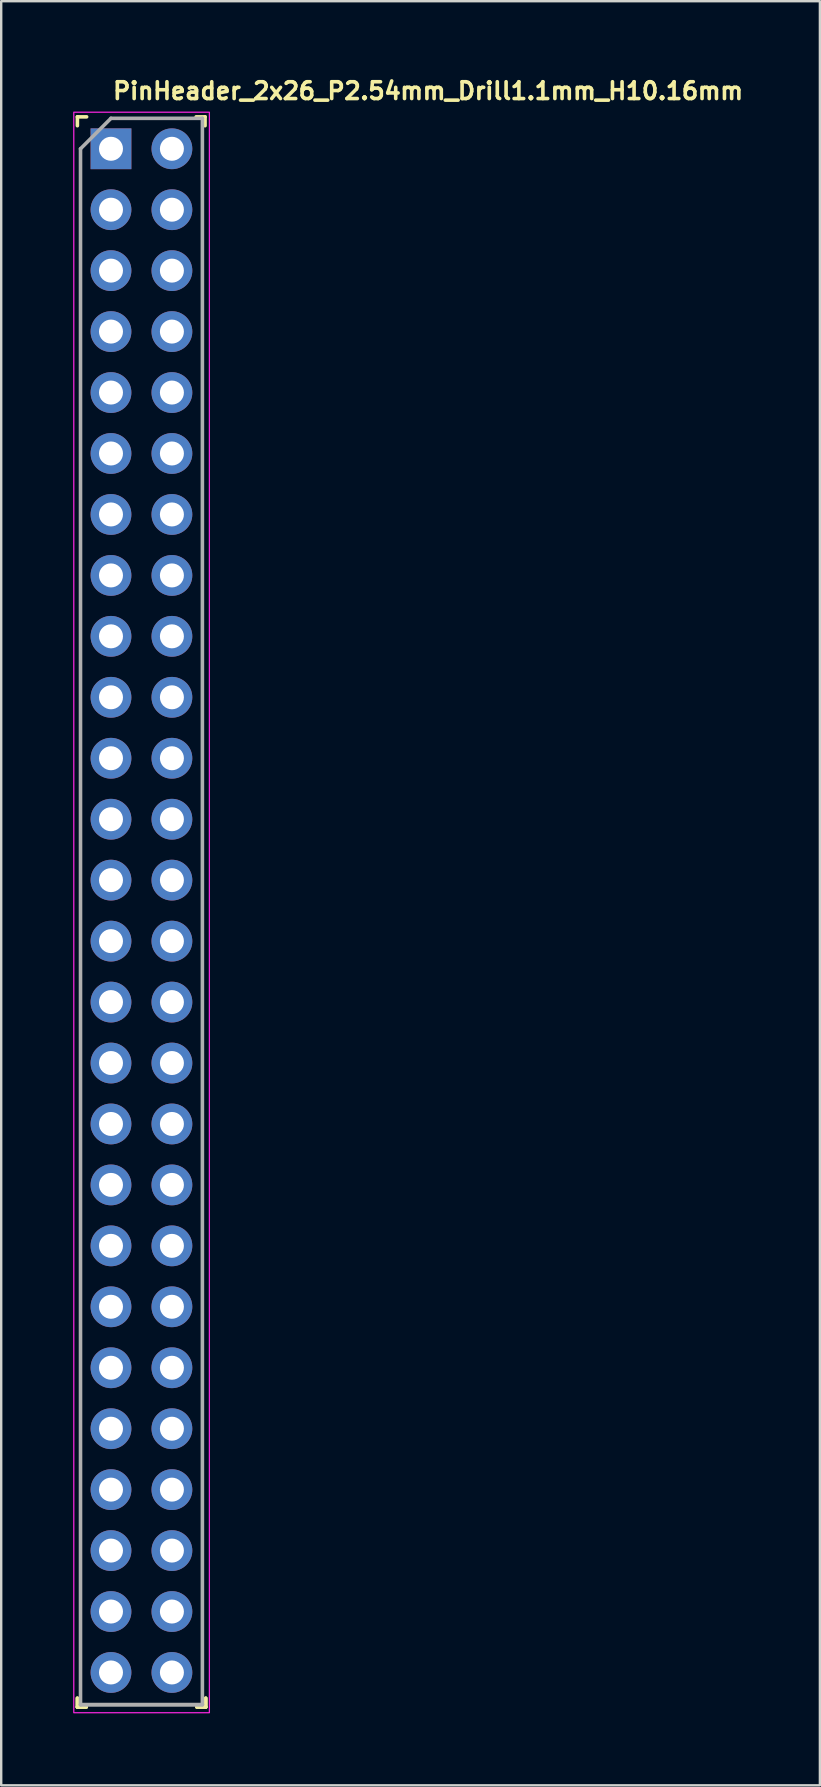
<source format=kicad_pcb>
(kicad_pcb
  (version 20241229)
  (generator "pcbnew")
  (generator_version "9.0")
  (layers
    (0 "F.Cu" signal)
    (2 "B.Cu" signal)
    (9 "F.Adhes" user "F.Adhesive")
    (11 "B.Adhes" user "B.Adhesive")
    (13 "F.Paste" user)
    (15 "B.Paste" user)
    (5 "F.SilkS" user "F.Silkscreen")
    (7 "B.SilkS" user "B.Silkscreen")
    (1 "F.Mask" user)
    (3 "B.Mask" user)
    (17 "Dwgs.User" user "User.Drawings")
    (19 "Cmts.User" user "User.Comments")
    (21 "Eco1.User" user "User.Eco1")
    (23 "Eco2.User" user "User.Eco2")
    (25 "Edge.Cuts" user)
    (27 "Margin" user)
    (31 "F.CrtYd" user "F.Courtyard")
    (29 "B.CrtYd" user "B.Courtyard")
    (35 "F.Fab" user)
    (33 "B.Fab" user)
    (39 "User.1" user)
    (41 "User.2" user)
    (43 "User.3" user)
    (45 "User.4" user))
  (footprint "PinHeader_2x26_P2.54mm_Drill1.1mm_H10.16mm"
    (layer "F.Cu")
    (at 1.575 3.15)
    (property "Reference" "PinHeader_2x26_P2.54mm_Drill1.1mm_H10.16mm" (at 0 -2 0) (layer "F.SilkS") (effects (font (size 0.7 0.7) (thickness 0.15)) (justify left bottom)))
    (attr through_hole)
    (fp_line (start -1.4 -1.331) (end -1.4 -0.961) (stroke (width 0.15) (type solid)) (layer "F.SilkS"))
    (fp_line (start -1.4 64.569) (end -1.4 64.939) (stroke (width 0.15) (type solid)) (layer "F.SilkS"))
    (fp_line (start -1.4 64.569) (end -1.4 64.939) (stroke (width 0.15) (type solid)) (layer "F.SilkS"))
    (fp_line (start -1.4 64.939) (end -1.03 64.939) (stroke (width 0.15) (type solid)) (layer "F.SilkS"))
    (fp_line (start -1.4 64.939) (end -1.03 64.939) (stroke (width 0.15) (type solid)) (layer "F.SilkS"))
    (fp_line (start -1.015 -1.331) (end -1.4 -1.331) (stroke (width 0.15) (type solid)) (layer "F.SilkS"))
    (fp_line (start 3.58 64.939) (end 3.95 64.939) (stroke (width 0.15) (type solid)) (layer "F.SilkS"))
    (fp_line (start 3.58 64.939) (end 3.95 64.939) (stroke (width 0.15) (type solid)) (layer "F.SilkS"))
    (fp_line (start 3.92 -1.331) (end 3.55 -1.331) (stroke (width 0.15) (type solid)) (layer "F.SilkS"))
    (fp_line (start 3.92 -0.961) (end 3.92 -1.331) (stroke (width 0.15) (type solid)) (layer "F.SilkS"))
    (fp_line (start 3.95 64.939) (end 3.95 64.569) (stroke (width 0.15) (type solid)) (layer "F.SilkS"))
    (fp_line (start 3.95 64.939) (end 3.95 64.569) (stroke (width 0.15) (type solid)) (layer "F.SilkS"))
    (fp_rect (start 4.1 -1.525) (end -1.55 65.175) (stroke (width 0.05) (type solid)) (fill no) (layer "F.CrtYd"))
    (fp_line (start -1.27 0) (end 0 -1.27) (stroke (width 0.15) (type solid)) (layer "F.Fab"))
    (fp_line (start -1.27 64.839) (end -1.27 0) (stroke (width 0.15) (type solid)) (layer "F.Fab"))
    (fp_line (start 0 -1.27) (end 3.809 -1.27) (stroke (width 0.15) (type solid)) (layer "F.Fab"))
    (fp_line (start 3.809 -1.27) (end 3.809 64.839) (stroke (width 0.15) (type solid)) (layer "F.Fab"))
    (fp_line (start 3.809 64.839) (end -1.27 64.839) (stroke (width 0.15) (type solid)) (layer "F.Fab"))
    (fp_line (start 3.809 64.839) (end -1.27 64.839) (stroke (width 0.15) (type solid)) (layer "F.Fab"))
    (fp_rect (start 3.81 -1.294) (end -1.269 -1.269) (stroke (width 0.1) (type solid)) (fill no) (layer "User.5"))
    (fp_line (start -1.269 -1.269) (end -1.269 1.047) (stroke (width 0.02) (type solid)) (layer "User.9"))
    (fp_line (start -1.269 -1.269) (end 3.81 -1.269) (stroke (width 0.02) (type solid)) (layer "User.9"))
    (fp_line (start -1.269 1.047) (end -1.044 1.27) (stroke (width 0.02) (type solid)) (layer "User.9"))
    (fp_line (start -1.269 1.047) (end 3.81 1.047) (stroke (width 0.02) (type solid)) (layer "User.9"))
    (fp_line (start -1.269 1.496) (end -1.269 3.586) (stroke (width 0.02) (type solid)) (layer "User.9"))
    (fp_line (start -1.269 1.496) (end -1.044 1.27) (stroke (width 0.02) (type solid)) (layer "User.9"))
    (fp_line (start -1.269 1.496) (end 3.81 1.496) (stroke (width 0.02) (type solid)) (layer "User.9"))
    (fp_line (start -1.269 3.586) (end -1.044 3.81) (stroke (width 0.02) (type solid)) (layer "User.9"))
    (fp_line (start -1.269 3.586) (end 3.81 3.586) (stroke (width 0.02) (type solid)) (layer "User.9"))
    (fp_line (start -1.269 4.036) (end -1.269 6.127) (stroke (width 0.02) (type solid)) (layer "User.9"))
    (fp_line (start -1.269 4.036) (end -1.044 3.81) (stroke (width 0.02) (type solid)) (layer "User.9"))
    (fp_line (start -1.269 4.036) (end 3.81 4.036) (stroke (width 0.02) (type solid)) (layer "User.9"))
    (fp_line (start -1.269 6.127) (end -1.044 6.351) (stroke (width 0.02) (type solid)) (layer "User.9"))
    (fp_line (start -1.269 6.127) (end 3.81 6.127) (stroke (width 0.02) (type solid)) (layer "User.9"))
    (fp_line (start -1.269 6.576) (end -1.269 8.667) (stroke (width 0.02) (type solid)) (layer "User.9"))
    (fp_line (start -1.269 6.576) (end -1.044 6.351) (stroke (width 0.02) (type solid)) (layer "User.9"))
    (fp_line (start -1.269 6.576) (end 3.81 6.576) (stroke (width 0.02) (type solid)) (layer "User.9"))
    (fp_line (start -1.269 8.667) (end -1.044 8.891) (stroke (width 0.02) (type solid)) (layer "User.9"))
    (fp_line (start -1.269 8.667) (end 3.81 8.667) (stroke (width 0.02) (type solid)) (layer "User.9"))
    (fp_line (start -1.269 9.116) (end -1.269 11.206) (stroke (width 0.02) (type solid)) (layer "User.9"))
    (fp_line (start -1.269 9.116) (end -1.044 8.891) (stroke (width 0.02) (type solid)) (layer "User.9"))
    (fp_line (start -1.269 9.116) (end 3.81 9.116) (stroke (width 0.02) (type solid)) (layer "User.9"))
    (fp_line (start -1.269 11.206) (end -1.044 11.43) (stroke (width 0.02) (type solid)) (layer "User.9"))
    (fp_line (start -1.269 11.206) (end 3.81 11.206) (stroke (width 0.02) (type solid)) (layer "User.9"))
    (fp_line (start -1.269 11.655) (end -1.269 13.747) (stroke (width 0.02) (type solid)) (layer "User.9"))
    (fp_line (start -1.269 11.655) (end -1.044 11.43) (stroke (width 0.02) (type solid)) (layer "User.9"))
    (fp_line (start -1.269 11.655) (end 3.81 11.655) (stroke (width 0.02) (type solid)) (layer "User.9"))
    (fp_line (start -1.269 13.747) (end -1.044 13.971) (stroke (width 0.02) (type solid)) (layer "User.9"))
    (fp_line (start -1.269 13.747) (end 3.81 13.747) (stroke (width 0.02) (type solid)) (layer "User.9"))
    (fp_line (start -1.269 14.195) (end -1.269 16.287) (stroke (width 0.02) (type solid)) (layer "User.9"))
    (fp_line (start -1.269 14.195) (end -1.044 13.971) (stroke (width 0.02) (type solid)) (layer "User.9"))
    (fp_line (start -1.269 14.195) (end 3.81 14.195) (stroke (width 0.02) (type solid)) (layer "User.9"))
    (fp_line (start -1.269 16.287) (end -1.044 16.511) (stroke (width 0.02) (type solid)) (layer "User.9"))
    (fp_line (start -1.269 16.287) (end 3.81 16.287) (stroke (width 0.02) (type solid)) (layer "User.9"))
    (fp_line (start -1.269 16.735) (end -1.269 18.827) (stroke (width 0.02) (type solid)) (layer "User.9"))
    (fp_line (start -1.269 16.735) (end -1.044 16.511) (stroke (width 0.02) (type solid)) (layer "User.9"))
    (fp_line (start -1.269 16.735) (end 3.81 16.735) (stroke (width 0.02) (type solid)) (layer "User.9"))
    (fp_line (start -1.269 18.827) (end -1.044 19.051) (stroke (width 0.02) (type solid)) (layer "User.9"))
    (fp_line (start -1.269 18.827) (end 3.81 18.827) (stroke (width 0.02) (type solid)) (layer "User.9"))
    (fp_line (start -1.269 19.276) (end -1.269 21.366) (stroke (width 0.02) (type solid)) (layer "User.9"))
    (fp_line (start -1.269 19.276) (end -1.044 19.051) (stroke (width 0.02) (type solid)) (layer "User.9"))
    (fp_line (start -1.269 19.276) (end 3.81 19.276) (stroke (width 0.02) (type solid)) (layer "User.9"))
    (fp_line (start -1.269 21.366) (end -1.044 21.59) (stroke (width 0.02) (type solid)) (layer "User.9"))
    (fp_line (start -1.269 21.366) (end 3.81 21.366) (stroke (width 0.02) (type solid)) (layer "User.9"))
    (fp_line (start -1.269 21.816) (end -1.269 23.906) (stroke (width 0.02) (type solid)) (layer "User.9"))
    (fp_line (start -1.269 21.816) (end -1.044 21.59) (stroke (width 0.02) (type solid)) (layer "User.9"))
    (fp_line (start -1.269 21.816) (end 3.81 21.816) (stroke (width 0.02) (type solid)) (layer "User.9"))
    (fp_line (start -1.269 23.906) (end -1.044 24.13) (stroke (width 0.02) (type solid)) (layer "User.9"))
    (fp_line (start -1.269 23.906) (end 3.81 23.906) (stroke (width 0.02) (type solid)) (layer "User.9"))
    (fp_line (start -1.269 24.355) (end -1.269 26.447) (stroke (width 0.02) (type solid)) (layer "User.9"))
    (fp_line (start -1.269 24.355) (end -1.044 24.13) (stroke (width 0.02) (type solid)) (layer "User.9"))
    (fp_line (start -1.269 24.355) (end 3.81 24.355) (stroke (width 0.02) (type solid)) (layer "User.9"))
    (fp_line (start -1.269 26.447) (end -1.044 26.671) (stroke (width 0.02) (type solid)) (layer "User.9"))
    (fp_line (start -1.269 26.447) (end 3.81 26.447) (stroke (width 0.02) (type solid)) (layer "User.9"))
    (fp_line (start -1.269 26.895) (end -1.269 28.987) (stroke (width 0.02) (type solid)) (layer "User.9"))
    (fp_line (start -1.269 26.895) (end -1.044 26.671) (stroke (width 0.02) (type solid)) (layer "User.9"))
    (fp_line (start -1.269 26.895) (end 3.81 26.895) (stroke (width 0.02) (type solid)) (layer "User.9"))
    (fp_line (start -1.269 28.987) (end -1.044 29.211) (stroke (width 0.02) (type solid)) (layer "User.9"))
    (fp_line (start -1.269 28.987) (end 3.81 28.987) (stroke (width 0.02) (type solid)) (layer "User.9"))
    (fp_line (start -1.269 29.436) (end -1.269 31.526) (stroke (width 0.02) (type solid)) (layer "User.9"))
    (fp_line (start -1.269 29.436) (end -1.044 29.211) (stroke (width 0.02) (type solid)) (layer "User.9"))
    (fp_line (start -1.269 29.436) (end 3.81 29.436) (stroke (width 0.02) (type solid)) (layer "User.9"))
    (fp_line (start -1.269 31.526) (end -1.044 31.75) (stroke (width 0.02) (type solid)) (layer "User.9"))
    (fp_line (start -1.269 31.526) (end 3.81 31.526) (stroke (width 0.02) (type solid)) (layer "User.9"))
    (fp_line (start -1.269 31.976) (end -1.269 34.067) (stroke (width 0.02) (type solid)) (layer "User.9"))
    (fp_line (start -1.269 31.976) (end -1.044 31.75) (stroke (width 0.02) (type solid)) (layer "User.9"))
    (fp_line (start -1.269 31.976) (end 3.81 31.976) (stroke (width 0.02) (type solid)) (layer "User.9"))
    (fp_line (start -1.269 34.067) (end -1.044 34.292) (stroke (width 0.02) (type solid)) (layer "User.9"))
    (fp_line (start -1.269 34.067) (end 3.81 34.067) (stroke (width 0.02) (type solid)) (layer "User.9"))
    (fp_line (start -1.269 34.515) (end -1.269 36.607) (stroke (width 0.02) (type solid)) (layer "User.9"))
    (fp_line (start -1.269 34.515) (end -1.044 34.292) (stroke (width 0.02) (type solid)) (layer "User.9"))
    (fp_line (start -1.269 34.515) (end 3.81 34.515) (stroke (width 0.02) (type solid)) (layer "User.9"))
    (fp_line (start -1.269 36.607) (end -1.044 36.832) (stroke (width 0.02) (type solid)) (layer "User.9"))
    (fp_line (start -1.269 36.607) (end 3.81 36.607) (stroke (width 0.02) (type solid)) (layer "User.9"))
    (fp_line (start -1.269 37.055) (end -1.269 39.146) (stroke (width 0.02) (type solid)) (layer "User.9"))
    (fp_line (start -1.269 37.055) (end -1.044 36.832) (stroke (width 0.02) (type solid)) (layer "User.9"))
    (fp_line (start -1.269 37.055) (end 3.81 37.055) (stroke (width 0.02) (type solid)) (layer "User.9"))
    (fp_line (start -1.269 39.146) (end -1.044 39.37) (stroke (width 0.02) (type solid)) (layer "User.9"))
    (fp_line (start -1.269 39.146) (end 3.81 39.146) (stroke (width 0.02) (type solid)) (layer "User.9"))
    (fp_line (start -1.269 39.595) (end -1.269 41.686) (stroke (width 0.02) (type solid)) (layer "User.9"))
    (fp_line (start -1.269 39.595) (end -1.044 39.37) (stroke (width 0.02) (type solid)) (layer "User.9"))
    (fp_line (start -1.269 39.595) (end 3.81 39.595) (stroke (width 0.02) (type solid)) (layer "User.9"))
    (fp_line (start -1.269 41.686) (end -1.044 41.911) (stroke (width 0.02) (type solid)) (layer "User.9"))
    (fp_line (start -1.269 41.686) (end 3.81 41.686) (stroke (width 0.02) (type solid)) (layer "User.9"))
    (fp_line (start -1.269 42.135) (end -1.269 44.226) (stroke (width 0.02) (type solid)) (layer "User.9"))
    (fp_line (start -1.269 42.135) (end -1.044 41.911) (stroke (width 0.02) (type solid)) (layer "User.9"))
    (fp_line (start -1.269 42.135) (end 3.81 42.135) (stroke (width 0.02) (type solid)) (layer "User.9"))
    (fp_line (start -1.269 44.226) (end -1.044 44.451) (stroke (width 0.02) (type solid)) (layer "User.9"))
    (fp_line (start -1.269 44.226) (end 3.81 44.226) (stroke (width 0.02) (type solid)) (layer "User.9"))
    (fp_line (start -1.269 44.676) (end -1.269 46.766) (stroke (width 0.02) (type solid)) (layer "User.9"))
    (fp_line (start -1.269 44.676) (end -1.044 44.451) (stroke (width 0.02) (type solid)) (layer "User.9"))
    (fp_line (start -1.269 44.676) (end 3.81 44.676) (stroke (width 0.02) (type solid)) (layer "User.9"))
    (fp_line (start -1.269 46.766) (end -1.044 46.991) (stroke (width 0.02) (type solid)) (layer "User.9"))
    (fp_line (start -1.269 46.766) (end 3.81 46.766) (stroke (width 0.02) (type solid)) (layer "User.9"))
    (fp_line (start -1.269 47.216) (end -1.269 64.77) (stroke (width 0.02) (type solid)) (layer "User.9"))
    (fp_line (start -1.269 47.216) (end -1.044 46.991) (stroke (width 0.02) (type solid)) (layer "User.9"))
    (fp_line (start -1.269 47.216) (end 3.81 47.216) (stroke (width 0.02) (type solid)) (layer "User.9"))
    (fp_line (start -1.269 49.306) (end -1.044 49.531) (stroke (width 0.02) (type solid)) (layer "User.9"))
    (fp_line (start -1.269 49.306) (end 3.81 49.306) (stroke (width 0.02) (type solid)) (layer "User.9"))
    (fp_line (start -1.269 49.531) (end 3.81 49.531) (stroke (width 0.02) (type solid)) (layer "User.9"))
    (fp_line (start -1.269 49.754) (end -1.269 51.846) (stroke (width 0.02) (type solid)) (layer "User.9"))
    (fp_line (start -1.269 49.754) (end -1.044 49.531) (stroke (width 0.02) (type solid)) (layer "User.9"))
    (fp_line (start -1.269 49.754) (end 3.81 49.754) (stroke (width 0.02) (type solid)) (layer "User.9"))
    (fp_line (start -1.269 51.846) (end -1.044 52.071) (stroke (width 0.02) (type solid)) (layer "User.9"))
    (fp_line (start -1.269 51.846) (end 3.81 51.846) (stroke (width 0.02) (type solid)) (layer "User.9"))
    (fp_line (start -1.269 52.294) (end -1.269 54.385) (stroke (width 0.02) (type solid)) (layer "User.9"))
    (fp_line (start -1.269 52.294) (end -1.044 52.071) (stroke (width 0.02) (type solid)) (layer "User.9"))
    (fp_line (start -1.269 52.294) (end 3.81 52.294) (stroke (width 0.02) (type solid)) (layer "User.9"))
    (fp_line (start -1.269 54.385) (end -1.044 54.609) (stroke (width 0.02) (type solid)) (layer "User.9"))
    (fp_line (start -1.269 54.385) (end 3.81 54.385) (stroke (width 0.02) (type solid)) (layer "User.9"))
    (fp_line (start -1.269 54.834) (end -1.269 56.925) (stroke (width 0.02) (type solid)) (layer "User.9"))
    (fp_line (start -1.269 54.834) (end -1.044 54.609) (stroke (width 0.02) (type solid)) (layer "User.9"))
    (fp_line (start -1.269 54.834) (end 3.81 54.834) (stroke (width 0.02) (type solid)) (layer "User.9"))
    (fp_line (start -1.269 56.925) (end -1.044 57.15) (stroke (width 0.02) (type solid)) (layer "User.9"))
    (fp_line (start -1.269 56.925) (end 3.81 56.925) (stroke (width 0.02) (type solid)) (layer "User.9"))
    (fp_line (start -1.269 57.374) (end -1.269 59.465) (stroke (width 0.02) (type solid)) (layer "User.9"))
    (fp_line (start -1.269 57.374) (end -1.044 57.15) (stroke (width 0.02) (type solid)) (layer "User.9"))
    (fp_line (start -1.269 57.374) (end 3.81 57.374) (stroke (width 0.02) (type solid)) (layer "User.9"))
    (fp_line (start -1.269 59.465) (end -1.044 59.69) (stroke (width 0.02) (type solid)) (layer "User.9"))
    (fp_line (start -1.269 59.465) (end 3.81 59.465) (stroke (width 0.02) (type solid)) (layer "User.9"))
    (fp_line (start -1.269 59.915) (end -1.269 62.005) (stroke (width 0.02) (type solid)) (layer "User.9"))
    (fp_line (start -1.269 59.915) (end -1.044 59.69) (stroke (width 0.02) (type solid)) (layer "User.9"))
    (fp_line (start -1.269 59.915) (end 3.81 59.915) (stroke (width 0.02) (type solid)) (layer "User.9"))
    (fp_line (start -1.269 62.005) (end -1.044 62.23) (stroke (width 0.02) (type solid)) (layer "User.9"))
    (fp_line (start -1.269 62.005) (end 3.81 62.005) (stroke (width 0.02) (type solid)) (layer "User.9"))
    (fp_line (start -1.269 62.455) (end -1.269 64.77) (stroke (width 0.02) (type solid)) (layer "User.9"))
    (fp_line (start -1.269 62.455) (end -1.044 62.23) (stroke (width 0.02) (type solid)) (layer "User.9"))
    (fp_line (start -1.269 62.455) (end 3.81 62.455) (stroke (width 0.02) (type solid)) (layer "User.9"))
    (fp_line (start -1.269 64.77) (end 3.81 64.77) (stroke (width 0.02) (type solid)) (layer "User.9"))
    (fp_line (start -1.044 1.27) (end 3.586 1.27) (stroke (width 0.02) (type solid)) (layer "User.9"))
    (fp_line (start -1.044 3.81) (end 3.586 3.81) (stroke (width 0.02) (type solid)) (layer "User.9"))
    (fp_line (start -1.044 6.351) (end 3.586 6.351) (stroke (width 0.02) (type solid)) (layer "User.9"))
    (fp_line (start -1.044 8.891) (end 3.586 8.891) (stroke (width 0.02) (type solid)) (layer "User.9"))
    (fp_line (start -1.044 11.43) (end 3.586 11.43) (stroke (width 0.02) (type solid)) (layer "User.9"))
    (fp_line (start -1.044 13.971) (end 3.586 13.971) (stroke (width 0.02) (type solid)) (layer "User.9"))
    (fp_line (start -1.044 16.511) (end 3.586 16.511) (stroke (width 0.02) (type solid)) (layer "User.9"))
    (fp_line (start -1.044 19.051) (end 3.586 19.051) (stroke (width 0.02) (type solid)) (layer "User.9"))
    (fp_line (start -1.044 21.59) (end 3.586 21.59) (stroke (width 0.02) (type solid)) (layer "User.9"))
    (fp_line (start -1.044 24.13) (end 3.586 24.13) (stroke (width 0.02) (type solid)) (layer "User.9"))
    (fp_line (start -1.044 26.671) (end 3.586 26.671) (stroke (width 0.02) (type solid)) (layer "User.9"))
    (fp_line (start -1.044 29.211) (end 3.586 29.211) (stroke (width 0.02) (type solid)) (layer "User.9"))
    (fp_line (start -1.044 31.75) (end 3.586 31.75) (stroke (width 0.02) (type solid)) (layer "User.9"))
    (fp_line (start -1.044 34.292) (end 3.586 34.292) (stroke (width 0.02) (type solid)) (layer "User.9"))
    (fp_line (start -1.044 36.832) (end 3.586 36.832) (stroke (width 0.02) (type solid)) (layer "User.9"))
    (fp_line (start -1.044 39.37) (end 3.586 39.37) (stroke (width 0.02) (type solid)) (layer "User.9"))
    (fp_line (start -1.044 41.911) (end 3.586 41.911) (stroke (width 0.02) (type solid)) (layer "User.9"))
    (fp_line (start -1.044 44.451) (end 3.586 44.451) (stroke (width 0.02) (type solid)) (layer "User.9"))
    (fp_line (start -1.044 46.991) (end 3.586 46.991) (stroke (width 0.02) (type solid)) (layer "User.9"))
    (fp_line (start -1.044 49.531) (end 3.586 49.531) (stroke (width 0.02) (type solid)) (layer "User.9"))
    (fp_line (start -1.044 52.071) (end 3.586 52.071) (stroke (width 0.02) (type solid)) (layer "User.9"))
    (fp_line (start -1.044 54.609) (end 3.586 54.609) (stroke (width 0.02) (type solid)) (layer "User.9"))
    (fp_line (start -1.044 57.15) (end 3.586 57.15) (stroke (width 0.02) (type solid)) (layer "User.9"))
    (fp_line (start -1.044 59.69) (end 3.586 59.69) (stroke (width 0.02) (type solid)) (layer "User.9"))
    (fp_line (start -1.044 62.23) (end 3.586 62.23) (stroke (width 0.02) (type solid)) (layer "User.9"))
    (fp_line (start -0.32 -0.32) (end -0.32 0.32) (stroke (width 0.02) (type solid)) (layer "User.9"))
    (fp_line (start -0.32 -0.32) (end -0.064 -0.064) (stroke (width 0.02) (type solid)) (layer "User.9"))
    (fp_line (start -0.32 -0.32) (end 0.32 -0.32) (stroke (width 0.02) (type solid)) (layer "User.9"))
    (fp_line (start -0.32 0.32) (end -0.064 0.064) (stroke (width 0.02) (type solid)) (layer "User.9"))
    (fp_line (start -0.32 0.32) (end 0.32 0.32) (stroke (width 0.02) (type solid)) (layer "User.9"))
    (fp_line (start -0.32 2.222) (end -0.32 2.86) (stroke (width 0.02) (type solid)) (layer "User.9"))
    (fp_line (start -0.32 2.222) (end -0.064 2.476) (stroke (width 0.02) (type solid)) (layer "User.9"))
    (fp_line (start -0.32 2.222) (end 0.32 2.222) (stroke (width 0.02) (type solid)) (layer "User.9"))
    (fp_line (start -0.32 2.86) (end -0.064 2.605) (stroke (width 0.02) (type solid)) (layer "User.9"))
    (fp_line (start -0.32 2.86) (end 0.32 2.86) (stroke (width 0.02) (type solid)) (layer "User.9"))
    (fp_line (start -0.32 4.76) (end -0.32 5.401) (stroke (width 0.02) (type solid)) (layer "User.9"))
    (fp_line (start -0.32 4.76) (end -0.064 5.016) (stroke (width 0.02) (type solid)) (layer "User.9"))
    (fp_line (start -0.32 4.76) (end 0.32 4.76) (stroke (width 0.02) (type solid)) (layer "User.9"))
    (fp_line (start -0.32 5.401) (end -0.064 5.146) (stroke (width 0.02) (type solid)) (layer "User.9"))
    (fp_line (start -0.32 5.401) (end 0.32 5.401) (stroke (width 0.02) (type solid)) (layer "User.9"))
    (fp_line (start -0.32 7.3) (end -0.32 7.941) (stroke (width 0.02) (type solid)) (layer "User.9"))
    (fp_line (start -0.32 7.3) (end -0.064 7.556) (stroke (width 0.02) (type solid)) (layer "User.9"))
    (fp_line (start -0.32 7.3) (end 0.32 7.3) (stroke (width 0.02) (type solid)) (layer "User.9"))
    (fp_line (start -0.32 7.941) (end -0.064 7.686) (stroke (width 0.02) (type solid)) (layer "User.9"))
    (fp_line (start -0.32 7.941) (end 0.32 7.941) (stroke (width 0.02) (type solid)) (layer "User.9"))
    (fp_line (start -0.32 9.84) (end -0.32 10.481) (stroke (width 0.02) (type solid)) (layer "User.9"))
    (fp_line (start -0.32 9.84) (end -0.064 10.096) (stroke (width 0.02) (type solid)) (layer "User.9"))
    (fp_line (start -0.32 9.84) (end 0.32 9.84) (stroke (width 0.02) (type solid)) (layer "User.9"))
    (fp_line (start -0.32 10.481) (end -0.064 10.224) (stroke (width 0.02) (type solid)) (layer "User.9"))
    (fp_line (start -0.32 10.481) (end 0.32 10.481) (stroke (width 0.02) (type solid)) (layer "User.9"))
    (fp_line (start -0.32 12.381) (end -0.32 13.02) (stroke (width 0.02) (type solid)) (layer "User.9"))
    (fp_line (start -0.32 12.381) (end -0.064 12.637) (stroke (width 0.02) (type solid)) (layer "User.9"))
    (fp_line (start -0.32 12.381) (end 0.32 12.381) (stroke (width 0.02) (type solid)) (layer "User.9"))
    (fp_line (start -0.32 13.02) (end -0.064 12.765) (stroke (width 0.02) (type solid)) (layer "User.9"))
    (fp_line (start -0.32 13.02) (end 0.32 13.02) (stroke (width 0.02) (type solid)) (layer "User.9"))
    (fp_line (start -0.32 14.92) (end -0.32 15.561) (stroke (width 0.02) (type solid)) (layer "User.9"))
    (fp_line (start -0.32 14.92) (end -0.064 15.176) (stroke (width 0.02) (type solid)) (layer "User.9"))
    (fp_line (start -0.32 14.92) (end 0.32 14.92) (stroke (width 0.02) (type solid)) (layer "User.9"))
    (fp_line (start -0.32 15.561) (end -0.064 15.304) (stroke (width 0.02) (type solid)) (layer "User.9"))
    (fp_line (start -0.32 15.561) (end 0.32 15.561) (stroke (width 0.02) (type solid)) (layer "User.9"))
    (fp_line (start -0.32 17.461) (end -0.32 18.101) (stroke (width 0.02) (type solid)) (layer "User.9"))
    (fp_line (start -0.32 17.461) (end -0.064 17.717) (stroke (width 0.02) (type solid)) (layer "User.9"))
    (fp_line (start -0.32 17.461) (end 0.32 17.461) (stroke (width 0.02) (type solid)) (layer "User.9"))
    (fp_line (start -0.32 18.101) (end -0.064 17.845) (stroke (width 0.02) (type solid)) (layer "User.9"))
    (fp_line (start -0.32 18.101) (end 0.32 18.101) (stroke (width 0.02) (type solid)) (layer "User.9"))
    (fp_line (start -0.32 20) (end -0.32 20.641) (stroke (width 0.02) (type solid)) (layer "User.9"))
    (fp_line (start -0.32 20) (end -0.064 20.258) (stroke (width 0.02) (type solid)) (layer "User.9"))
    (fp_line (start -0.32 20) (end 0.32 20) (stroke (width 0.02) (type solid)) (layer "User.9"))
    (fp_line (start -0.32 20.641) (end -0.064 20.386) (stroke (width 0.02) (type solid)) (layer "User.9"))
    (fp_line (start -0.32 20.641) (end 0.32 20.641) (stroke (width 0.02) (type solid)) (layer "User.9"))
    (fp_line (start -0.32 22.541) (end -0.32 23.18) (stroke (width 0.02) (type solid)) (layer "User.9"))
    (fp_line (start -0.32 22.541) (end -0.064 22.796) (stroke (width 0.02) (type solid)) (layer "User.9"))
    (fp_line (start -0.32 22.541) (end 0.32 22.541) (stroke (width 0.02) (type solid)) (layer "User.9"))
    (fp_line (start -0.32 23.18) (end -0.064 22.924) (stroke (width 0.02) (type solid)) (layer "User.9"))
    (fp_line (start -0.32 23.18) (end 0.32 23.18) (stroke (width 0.02) (type solid)) (layer "User.9"))
    (fp_line (start -0.32 25.081) (end -0.32 25.72) (stroke (width 0.02) (type solid)) (layer "User.9"))
    (fp_line (start -0.32 25.081) (end -0.064 25.337) (stroke (width 0.02) (type solid)) (layer "User.9"))
    (fp_line (start -0.32 25.081) (end 0.32 25.081) (stroke (width 0.02) (type solid)) (layer "User.9"))
    (fp_line (start -0.32 25.72) (end -0.064 25.465) (stroke (width 0.02) (type solid)) (layer "User.9"))
    (fp_line (start -0.32 25.72) (end 0.32 25.72) (stroke (width 0.02) (type solid)) (layer "User.9"))
    (fp_line (start -0.32 27.622) (end -0.32 28.261) (stroke (width 0.02) (type solid)) (layer "User.9"))
    (fp_line (start -0.32 27.622) (end -0.064 27.877) (stroke (width 0.02) (type solid)) (layer "User.9"))
    (fp_line (start -0.32 27.622) (end 0.32 27.622) (stroke (width 0.02) (type solid)) (layer "User.9"))
    (fp_line (start -0.32 28.261) (end -0.064 28.005) (stroke (width 0.02) (type solid)) (layer "User.9"))
    (fp_line (start -0.32 28.261) (end 0.32 28.261) (stroke (width 0.02) (type solid)) (layer "User.9"))
    (fp_line (start -0.32 30.16) (end -0.32 30.801) (stroke (width 0.02) (type solid)) (layer "User.9"))
    (fp_line (start -0.32 30.16) (end -0.064 30.416) (stroke (width 0.02) (type solid)) (layer "User.9"))
    (fp_line (start -0.32 30.16) (end 0.32 30.16) (stroke (width 0.02) (type solid)) (layer "User.9"))
    (fp_line (start -0.32 30.801) (end -0.064 30.546) (stroke (width 0.02) (type solid)) (layer "User.9"))
    (fp_line (start -0.32 30.801) (end 0.32 30.801) (stroke (width 0.02) (type solid)) (layer "User.9"))
    (fp_line (start -0.32 32.701) (end -0.32 33.342) (stroke (width 0.02) (type solid)) (layer "User.9"))
    (fp_line (start -0.32 32.701) (end -0.064 32.958) (stroke (width 0.02) (type solid)) (layer "User.9"))
    (fp_line (start -0.32 32.701) (end 0.32 32.701) (stroke (width 0.02) (type solid)) (layer "User.9"))
    (fp_line (start -0.32 33.342) (end -0.064 33.086) (stroke (width 0.02) (type solid)) (layer "User.9"))
    (fp_line (start -0.32 33.342) (end 0.32 33.342) (stroke (width 0.02) (type solid)) (layer "User.9"))
    (fp_line (start -0.32 35.241) (end -0.32 35.881) (stroke (width 0.02) (type solid)) (layer "User.9"))
    (fp_line (start -0.32 35.241) (end -0.064 35.497) (stroke (width 0.02) (type solid)) (layer "User.9"))
    (fp_line (start -0.32 35.241) (end 0.32 35.241) (stroke (width 0.02) (type solid)) (layer "User.9"))
    (fp_line (start -0.32 35.881) (end -0.064 35.625) (stroke (width 0.02) (type solid)) (layer "User.9"))
    (fp_line (start -0.32 35.881) (end 0.32 35.881) (stroke (width 0.02) (type solid)) (layer "User.9"))
    (fp_line (start -0.32 37.781) (end -0.32 38.421) (stroke (width 0.02) (type solid)) (layer "User.9"))
    (fp_line (start -0.32 37.781) (end -0.064 38.037) (stroke (width 0.02) (type solid)) (layer "User.9"))
    (fp_line (start -0.32 37.781) (end 0.32 37.781) (stroke (width 0.02) (type solid)) (layer "User.9"))
    (fp_line (start -0.32 38.421) (end -0.064 38.165) (stroke (width 0.02) (type solid)) (layer "User.9"))
    (fp_line (start -0.32 38.421) (end 0.32 38.421) (stroke (width 0.02) (type solid)) (layer "User.9"))
    (fp_line (start -0.32 40.32) (end -0.32 40.96) (stroke (width 0.02) (type solid)) (layer "User.9"))
    (fp_line (start -0.32 40.32) (end -0.064 40.576) (stroke (width 0.02) (type solid)) (layer "User.9"))
    (fp_line (start -0.32 40.32) (end 0.32 40.32) (stroke (width 0.02) (type solid)) (layer "User.9"))
    (fp_line (start -0.32 40.96) (end -0.064 40.704) (stroke (width 0.02) (type solid)) (layer "User.9"))
    (fp_line (start -0.32 40.96) (end 0.32 40.96) (stroke (width 0.02) (type solid)) (layer "User.9"))
    (fp_line (start -0.32 42.862) (end -0.32 43.5) (stroke (width 0.02) (type solid)) (layer "User.9"))
    (fp_line (start -0.32 42.862) (end -0.064 43.118) (stroke (width 0.02) (type solid)) (layer "User.9"))
    (fp_line (start -0.32 42.862) (end 0.32 42.862) (stroke (width 0.02) (type solid)) (layer "User.9"))
    (fp_line (start -0.32 43.5) (end -0.064 43.244) (stroke (width 0.02) (type solid)) (layer "User.9"))
    (fp_line (start -0.32 43.5) (end 0.32 43.5) (stroke (width 0.02) (type solid)) (layer "User.9"))
    (fp_line (start -0.32 45.402) (end -0.32 46.042) (stroke (width 0.02) (type solid)) (layer "User.9"))
    (fp_line (start -0.32 45.402) (end -0.064 45.656) (stroke (width 0.02) (type solid)) (layer "User.9"))
    (fp_line (start -0.32 45.402) (end 0.32 45.402) (stroke (width 0.02) (type solid)) (layer "User.9"))
    (fp_line (start -0.32 46.042) (end -0.064 45.784) (stroke (width 0.02) (type solid)) (layer "User.9"))
    (fp_line (start -0.32 46.042) (end 0.32 46.042) (stroke (width 0.02) (type solid)) (layer "User.9"))
    (fp_line (start -0.32 47.94) (end -0.32 48.582) (stroke (width 0.02) (type solid)) (layer "User.9"))
    (fp_line (start -0.32 47.94) (end -0.064 48.196) (stroke (width 0.02) (type solid)) (layer "User.9"))
    (fp_line (start -0.32 47.94) (end 0.32 47.94) (stroke (width 0.02) (type solid)) (layer "User.9"))
    (fp_line (start -0.32 48.582) (end -0.064 48.326) (stroke (width 0.02) (type solid)) (layer "User.9"))
    (fp_line (start -0.32 48.582) (end 0.32 48.582) (stroke (width 0.02) (type solid)) (layer "User.9"))
    (fp_line (start -0.32 50.48) (end -0.32 51.12) (stroke (width 0.02) (type solid)) (layer "User.9"))
    (fp_line (start -0.32 50.48) (end -0.064 50.736) (stroke (width 0.02) (type solid)) (layer "User.9"))
    (fp_line (start -0.32 50.48) (end 0.32 50.48) (stroke (width 0.02) (type solid)) (layer "User.9"))
    (fp_line (start -0.32 51.12) (end -0.064 50.864) (stroke (width 0.02) (type solid)) (layer "User.9"))
    (fp_line (start -0.32 51.12) (end 0.32 51.12) (stroke (width 0.02) (type solid)) (layer "User.9"))
    (fp_line (start -0.32 53.02) (end -0.32 53.66) (stroke (width 0.02) (type solid)) (layer "User.9"))
    (fp_line (start -0.32 53.02) (end -0.064 53.276) (stroke (width 0.02) (type solid)) (layer "User.9"))
    (fp_line (start -0.32 53.02) (end 0.32 53.02) (stroke (width 0.02) (type solid)) (layer "User.9"))
    (fp_line (start -0.32 53.66) (end -0.064 53.404) (stroke (width 0.02) (type solid)) (layer "User.9"))
    (fp_line (start -0.32 53.66) (end 0.32 53.66) (stroke (width 0.02) (type solid)) (layer "User.9"))
    (fp_line (start -0.32 55.559) (end -0.32 56.199) (stroke (width 0.02) (type solid)) (layer "User.9"))
    (fp_line (start -0.32 55.559) (end -0.064 55.815) (stroke (width 0.02) (type solid)) (layer "User.9"))
    (fp_line (start -0.32 55.559) (end 0.32 55.559) (stroke (width 0.02) (type solid)) (layer "User.9"))
    (fp_line (start -0.32 56.199) (end -0.064 55.943) (stroke (width 0.02) (type solid)) (layer "User.9"))
    (fp_line (start -0.32 56.199) (end 0.32 56.199) (stroke (width 0.02) (type solid)) (layer "User.9"))
    (fp_line (start -0.32 58.101) (end -0.32 58.739) (stroke (width 0.02) (type solid)) (layer "User.9"))
    (fp_line (start -0.32 58.101) (end -0.064 58.357) (stroke (width 0.02) (type solid)) (layer "User.9"))
    (fp_line (start -0.32 58.101) (end 0.32 58.101) (stroke (width 0.02) (type solid)) (layer "User.9"))
    (fp_line (start -0.32 58.739) (end -0.064 58.483) (stroke (width 0.02) (type solid)) (layer "User.9"))
    (fp_line (start -0.32 58.739) (end 0.32 58.739) (stroke (width 0.02) (type solid)) (layer "User.9"))
    (fp_line (start -0.32 60.641) (end -0.32 61.281) (stroke (width 0.02) (type solid)) (layer "User.9"))
    (fp_line (start -0.32 60.641) (end -0.064 60.895) (stroke (width 0.02) (type solid)) (layer "User.9"))
    (fp_line (start -0.32 60.641) (end 0.32 60.641) (stroke (width 0.02) (type solid)) (layer "User.9"))
    (fp_line (start -0.32 61.281) (end -0.064 61.023) (stroke (width 0.02) (type solid)) (layer "User.9"))
    (fp_line (start -0.32 61.281) (end 0.32 61.281) (stroke (width 0.02) (type solid)) (layer "User.9"))
    (fp_line (start -0.32 63.179) (end -0.32 63.821) (stroke (width 0.02) (type solid)) (layer "User.9"))
    (fp_line (start -0.32 63.179) (end -0.064 63.435) (stroke (width 0.02) (type solid)) (layer "User.9"))
    (fp_line (start -0.32 63.179) (end 0.32 63.179) (stroke (width 0.02) (type solid)) (layer "User.9"))
    (fp_line (start -0.32 63.821) (end -0.064 63.565) (stroke (width 0.02) (type solid)) (layer "User.9"))
    (fp_line (start -0.32 63.821) (end 0.32 63.821) (stroke (width 0.02) (type solid)) (layer "User.9"))
    (fp_line (start -0.064 -0.064) (end -0.064 0.064) (stroke (width 0.02) (type solid)) (layer "User.9"))
    (fp_line (start -0.064 -0.064) (end 0.064 -0.064) (stroke (width 0.02) (type solid)) (layer "User.9"))
    (fp_line (start -0.064 0.064) (end 0.064 0.064) (stroke (width 0.02) (type solid)) (layer "User.9"))
    (fp_line (start -0.064 2.476) (end -0.064 2.605) (stroke (width 0.02) (type solid)) (layer "User.9"))
    (fp_line (start -0.064 2.476) (end 0.064 2.476) (stroke (width 0.02) (type solid)) (layer "User.9"))
    (fp_line (start -0.064 2.605) (end 0.064 2.605) (stroke (width 0.02) (type solid)) (layer "User.9"))
    (fp_line (start -0.064 5.016) (end -0.064 5.146) (stroke (width 0.02) (type solid)) (layer "User.9"))
    (fp_line (start -0.064 5.016) (end 0.064 5.016) (stroke (width 0.02) (type solid)) (layer "User.9"))
    (fp_line (start -0.064 5.146) (end 0.064 5.146) (stroke (width 0.02) (type solid)) (layer "User.9"))
    (fp_line (start -0.064 7.556) (end -0.064 7.686) (stroke (width 0.02) (type solid)) (layer "User.9"))
    (fp_line (start -0.064 7.556) (end 0.064 7.556) (stroke (width 0.02) (type solid)) (layer "User.9"))
    (fp_line (start -0.064 7.686) (end 0.064 7.686) (stroke (width 0.02) (type solid)) (layer "User.9"))
    (fp_line (start -0.064 10.096) (end -0.064 10.224) (stroke (width 0.02) (type solid)) (layer "User.9"))
    (fp_line (start -0.064 10.096) (end 0.064 10.096) (stroke (width 0.02) (type solid)) (layer "User.9"))
    (fp_line (start -0.064 10.224) (end 0.064 10.224) (stroke (width 0.02) (type solid)) (layer "User.9"))
    (fp_line (start -0.064 12.637) (end -0.064 12.765) (stroke (width 0.02) (type solid)) (layer "User.9"))
    (fp_line (start -0.064 12.637) (end 0.064 12.637) (stroke (width 0.02) (type solid)) (layer "User.9"))
    (fp_line (start -0.064 12.765) (end 0.064 12.765) (stroke (width 0.02) (type solid)) (layer "User.9"))
    (fp_line (start -0.064 15.176) (end -0.064 15.304) (stroke (width 0.02) (type solid)) (layer "User.9"))
    (fp_line (start -0.064 15.176) (end 0.064 15.176) (stroke (width 0.02) (type solid)) (layer "User.9"))
    (fp_line (start -0.064 15.304) (end 0.064 15.304) (stroke (width 0.02) (type solid)) (layer "User.9"))
    (fp_line (start -0.064 17.717) (end -0.064 17.845) (stroke (width 0.02) (type solid)) (layer "User.9"))
    (fp_line (start -0.064 17.717) (end 0.064 17.717) (stroke (width 0.02) (type solid)) (layer "User.9"))
    (fp_line (start -0.064 17.845) (end 0.064 17.845) (stroke (width 0.02) (type solid)) (layer "User.9"))
    (fp_line (start -0.064 20.258) (end -0.064 20.386) (stroke (width 0.02) (type solid)) (layer "User.9"))
    (fp_line (start -0.064 20.258) (end 0.064 20.258) (stroke (width 0.02) (type solid)) (layer "User.9"))
    (fp_line (start -0.064 20.386) (end 0.064 20.386) (stroke (width 0.02) (type solid)) (layer "User.9"))
    (fp_line (start -0.064 22.796) (end -0.064 22.924) (stroke (width 0.02) (type solid)) (layer "User.9"))
    (fp_line (start -0.064 22.796) (end 0.064 22.796) (stroke (width 0.02) (type solid)) (layer "User.9"))
    (fp_line (start -0.064 22.924) (end 0.064 22.924) (stroke (width 0.02) (type solid)) (layer "User.9"))
    (fp_line (start -0.064 25.337) (end -0.064 25.465) (stroke (width 0.02) (type solid)) (layer "User.9"))
    (fp_line (start -0.064 25.337) (end 0.064 25.337) (stroke (width 0.02) (type solid)) (layer "User.9"))
    (fp_line (start -0.064 25.465) (end 0.064 25.465) (stroke (width 0.02) (type solid)) (layer "User.9"))
    (fp_line (start -0.064 27.877) (end -0.064 28.005) (stroke (width 0.02) (type solid)) (layer "User.9"))
    (fp_line (start -0.064 27.877) (end 0.064 27.877) (stroke (width 0.02) (type solid)) (layer "User.9"))
    (fp_line (start -0.064 28.005) (end 0.064 28.005) (stroke (width 0.02) (type solid)) (layer "User.9"))
    (fp_line (start -0.064 30.416) (end -0.064 30.546) (stroke (width 0.02) (type solid)) (layer "User.9"))
    (fp_line (start -0.064 30.416) (end 0.064 30.416) (stroke (width 0.02) (type solid)) (layer "User.9"))
    (fp_line (start -0.064 30.546) (end 0.064 30.546) (stroke (width 0.02) (type solid)) (layer "User.9"))
    (fp_line (start -0.064 32.958) (end -0.064 33.086) (stroke (width 0.02) (type solid)) (layer "User.9"))
    (fp_line (start -0.064 32.958) (end 0.064 32.958) (stroke (width 0.02) (type solid)) (layer "User.9"))
    (fp_line (start -0.064 33.086) (end 0.064 33.086) (stroke (width 0.02) (type solid)) (layer "User.9"))
    (fp_line (start -0.064 35.497) (end -0.064 35.625) (stroke (width 0.02) (type solid)) (layer "User.9"))
    (fp_line (start -0.064 35.497) (end 0.064 35.497) (stroke (width 0.02) (type solid)) (layer "User.9"))
    (fp_line (start -0.064 35.625) (end 0.064 35.625) (stroke (width 0.02) (type solid)) (layer "User.9"))
    (fp_line (start -0.064 38.037) (end -0.064 38.165) (stroke (width 0.02) (type solid)) (layer "User.9"))
    (fp_line (start -0.064 38.037) (end 0.064 38.037) (stroke (width 0.02) (type solid)) (layer "User.9"))
    (fp_line (start -0.064 38.165) (end 0.064 38.165) (stroke (width 0.02) (type solid)) (layer "User.9"))
    (fp_line (start -0.064 40.576) (end -0.064 40.704) (stroke (width 0.02) (type solid)) (layer "User.9"))
    (fp_line (start -0.064 40.576) (end 0.064 40.576) (stroke (width 0.02) (type solid)) (layer "User.9"))
    (fp_line (start -0.064 40.704) (end 0.064 40.704) (stroke (width 0.02) (type solid)) (layer "User.9"))
    (fp_line (start -0.064 43.118) (end -0.064 43.244) (stroke (width 0.02) (type solid)) (layer "User.9"))
    (fp_line (start -0.064 43.118) (end 0.064 43.118) (stroke (width 0.02) (type solid)) (layer "User.9"))
    (fp_line (start -0.064 43.244) (end 0.064 43.244) (stroke (width 0.02) (type solid)) (layer "User.9"))
    (fp_line (start -0.064 45.656) (end -0.064 45.784) (stroke (width 0.02) (type solid)) (layer "User.9"))
    (fp_line (start -0.064 45.656) (end 0.064 45.656) (stroke (width 0.02) (type solid)) (layer "User.9"))
    (fp_line (start -0.064 45.784) (end 0.064 45.784) (stroke (width 0.02) (type solid)) (layer "User.9"))
    (fp_line (start -0.064 48.196) (end -0.064 48.326) (stroke (width 0.02) (type solid)) (layer "User.9"))
    (fp_line (start -0.064 48.196) (end 0.064 48.196) (stroke (width 0.02) (type solid)) (layer "User.9"))
    (fp_line (start -0.064 48.326) (end 0.064 48.326) (stroke (width 0.02) (type solid)) (layer "User.9"))
    (fp_line (start -0.064 50.736) (end -0.064 50.864) (stroke (width 0.02) (type solid)) (layer "User.9"))
    (fp_line (start -0.064 50.736) (end 0.064 50.736) (stroke (width 0.02) (type solid)) (layer "User.9"))
    (fp_line (start -0.064 50.864) (end 0.064 50.864) (stroke (width 0.02) (type solid)) (layer "User.9"))
    (fp_line (start -0.064 53.276) (end -0.064 53.404) (stroke (width 0.02) (type solid)) (layer "User.9"))
    (fp_line (start -0.064 53.276) (end 0.064 53.276) (stroke (width 0.02) (type solid)) (layer "User.9"))
    (fp_line (start -0.064 53.404) (end 0.064 53.404) (stroke (width 0.02) (type solid)) (layer "User.9"))
    (fp_line (start -0.064 55.815) (end -0.064 55.943) (stroke (width 0.02) (type solid)) (layer "User.9"))
    (fp_line (start -0.064 55.815) (end 0.064 55.815) (stroke (width 0.02) (type solid)) (layer "User.9"))
    (fp_line (start -0.064 55.943) (end 0.064 55.943) (stroke (width 0.02) (type solid)) (layer "User.9"))
    (fp_line (start -0.064 58.357) (end -0.064 58.483) (stroke (width 0.02) (type solid)) (layer "User.9"))
    (fp_line (start -0.064 58.357) (end 0.064 58.357) (stroke (width 0.02) (type solid)) (layer "User.9"))
    (fp_line (start -0.064 58.483) (end 0.064 58.483) (stroke (width 0.02) (type solid)) (layer "User.9"))
    (fp_line (start -0.064 60.895) (end -0.064 61.023) (stroke (width 0.02) (type solid)) (layer "User.9"))
    (fp_line (start -0.064 60.895) (end 0.064 60.895) (stroke (width 0.02) (type solid)) (layer "User.9"))
    (fp_line (start -0.064 61.023) (end 0.064 61.023) (stroke (width 0.02) (type solid)) (layer "User.9"))
    (fp_line (start -0.064 63.435) (end -0.064 63.565) (stroke (width 0.02) (type solid)) (layer "User.9"))
    (fp_line (start -0.064 63.435) (end 0.064 63.435) (stroke (width 0.02) (type solid)) (layer "User.9"))
    (fp_line (start -0.064 63.565) (end 0.064 63.565) (stroke (width 0.02) (type solid)) (layer "User.9"))
    (fp_line (start 0.064 -0.064) (end 0.064 0.064) (stroke (width 0.02) (type solid)) (layer "User.9"))
    (fp_line (start 0.064 2.476) (end 0.064 2.605) (stroke (width 0.02) (type solid)) (layer "User.9"))
    (fp_line (start 0.064 5.016) (end 0.064 5.146) (stroke (width 0.02) (type solid)) (layer "User.9"))
    (fp_line (start 0.064 7.556) (end 0.064 7.686) (stroke (width 0.02) (type solid)) (layer "User.9"))
    (fp_line (start 0.064 10.096) (end 0.064 10.224) (stroke (width 0.02) (type solid)) (layer "User.9"))
    (fp_line (start 0.064 12.637) (end 0.064 12.765) (stroke (width 0.02) (type solid)) (layer "User.9"))
    (fp_line (start 0.064 15.176) (end 0.064 15.304) (stroke (width 0.02) (type solid)) (layer "User.9"))
    (fp_line (start 0.064 17.717) (end 0.064 17.845) (stroke (width 0.02) (type solid)) (layer "User.9"))
    (fp_line (start 0.064 20.258) (end 0.064 20.386) (stroke (width 0.02) (type solid)) (layer "User.9"))
    (fp_line (start 0.064 22.796) (end 0.064 22.924) (stroke (width 0.02) (type solid)) (layer "User.9"))
    (fp_line (start 0.064 25.337) (end 0.064 25.465) (stroke (width 0.02) (type solid)) (layer "User.9"))
    (fp_line (start 0.064 27.877) (end 0.064 28.005) (stroke (width 0.02) (type solid)) (layer "User.9"))
    (fp_line (start 0.064 30.416) (end 0.064 30.546) (stroke (width 0.02) (type solid)) (layer "User.9"))
    (fp_line (start 0.064 32.958) (end 0.064 33.086) (stroke (width 0.02) (type solid)) (layer "User.9"))
    (fp_line (start 0.064 35.497) (end 0.064 35.625) (stroke (width 0.02) (type solid)) (layer "User.9"))
    (fp_line (start 0.064 38.037) (end 0.064 38.165) (stroke (width 0.02) (type solid)) (layer "User.9"))
    (fp_line (start 0.064 40.576) (end 0.064 40.704) (stroke (width 0.02) (type solid)) (layer "User.9"))
    (fp_line (start 0.064 43.118) (end 0.064 43.244) (stroke (width 0.02) (type solid)) (layer "User.9"))
    (fp_line (start 0.064 45.656) (end 0.064 45.784) (stroke (width 0.02) (type solid)) (layer "User.9"))
    (fp_line (start 0.064 48.196) (end 0.064 48.326) (stroke (width 0.02) (type solid)) (layer "User.9"))
    (fp_line (start 0.064 50.736) (end 0.064 50.864) (stroke (width 0.02) (type solid)) (layer "User.9"))
    (fp_line (start 0.064 53.276) (end 0.064 53.404) (stroke (width 0.02) (type solid)) (layer "User.9"))
    (fp_line (start 0.064 55.815) (end 0.064 55.943) (stroke (width 0.02) (type solid)) (layer "User.9"))
    (fp_line (start 0.064 58.357) (end 0.064 58.483) (stroke (width 0.02) (type solid)) (layer "User.9"))
    (fp_line (start 0.064 60.895) (end 0.064 61.023) (stroke (width 0.02) (type solid)) (layer "User.9"))
    (fp_line (start 0.064 63.435) (end 0.064 63.565) (stroke (width 0.02) (type solid)) (layer "User.9"))
    (fp_line (start 0.32 -0.32) (end 0.064 -0.064) (stroke (width 0.02) (type solid)) (layer "User.9"))
    (fp_line (start 0.32 -0.32) (end 0.32 0.32) (stroke (width 0.02) (type solid)) (layer "User.9"))
    (fp_line (start 0.32 0.32) (end 0.064 0.064) (stroke (width 0.02) (type solid)) (layer "User.9"))
    (fp_line (start 0.32 2.222) (end 0.064 2.476) (stroke (width 0.02) (type solid)) (layer "User.9"))
    (fp_line (start 0.32 2.222) (end 0.32 2.86) (stroke (width 0.02) (type solid)) (layer "User.9"))
    (fp_line (start 0.32 2.86) (end 0.064 2.605) (stroke (width 0.02) (type solid)) (layer "User.9"))
    (fp_line (start 0.32 4.76) (end 0.064 5.016) (stroke (width 0.02) (type solid)) (layer "User.9"))
    (fp_line (start 0.32 4.76) (end 0.32 5.401) (stroke (width 0.02) (type solid)) (layer "User.9"))
    (fp_line (start 0.32 5.401) (end 0.064 5.146) (stroke (width 0.02) (type solid)) (layer "User.9"))
    (fp_line (start 0.32 7.3) (end 0.064 7.556) (stroke (width 0.02) (type solid)) (layer "User.9"))
    (fp_line (start 0.32 7.3) (end 0.32 7.941) (stroke (width 0.02) (type solid)) (layer "User.9"))
    (fp_line (start 0.32 7.941) (end 0.064 7.686) (stroke (width 0.02) (type solid)) (layer "User.9"))
    (fp_line (start 0.32 9.84) (end 0.064 10.096) (stroke (width 0.02) (type solid)) (layer "User.9"))
    (fp_line (start 0.32 9.84) (end 0.32 10.481) (stroke (width 0.02) (type solid)) (layer "User.9"))
    (fp_line (start 0.32 10.481) (end 0.064 10.224) (stroke (width 0.02) (type solid)) (layer "User.9"))
    (fp_line (start 0.32 12.381) (end 0.064 12.637) (stroke (width 0.02) (type solid)) (layer "User.9"))
    (fp_line (start 0.32 12.381) (end 0.32 13.02) (stroke (width 0.02) (type solid)) (layer "User.9"))
    (fp_line (start 0.32 13.02) (end 0.064 12.765) (stroke (width 0.02) (type solid)) (layer "User.9"))
    (fp_line (start 0.32 14.92) (end 0.064 15.176) (stroke (width 0.02) (type solid)) (layer "User.9"))
    (fp_line (start 0.32 14.92) (end 0.32 15.561) (stroke (width 0.02) (type solid)) (layer "User.9"))
    (fp_line (start 0.32 15.561) (end 0.064 15.304) (stroke (width 0.02) (type solid)) (layer "User.9"))
    (fp_line (start 0.32 17.461) (end 0.064 17.717) (stroke (width 0.02) (type solid)) (layer "User.9"))
    (fp_line (start 0.32 17.461) (end 0.32 18.101) (stroke (width 0.02) (type solid)) (layer "User.9"))
    (fp_line (start 0.32 18.101) (end 0.064 17.845) (stroke (width 0.02) (type solid)) (layer "User.9"))
    (fp_line (start 0.32 20) (end 0.064 20.258) (stroke (width 0.02) (type solid)) (layer "User.9"))
    (fp_line (start 0.32 20) (end 0.32 20.641) (stroke (width 0.02) (type solid)) (layer "User.9"))
    (fp_line (start 0.32 20.641) (end 0.064 20.386) (stroke (width 0.02) (type solid)) (layer "User.9"))
    (fp_line (start 0.32 22.541) (end 0.064 22.796) (stroke (width 0.02) (type solid)) (layer "User.9"))
    (fp_line (start 0.32 22.541) (end 0.32 23.18) (stroke (width 0.02) (type solid)) (layer "User.9"))
    (fp_line (start 0.32 23.18) (end 0.064 22.924) (stroke (width 0.02) (type solid)) (layer "User.9"))
    (fp_line (start 0.32 25.081) (end 0.064 25.337) (stroke (width 0.02) (type solid)) (layer "User.9"))
    (fp_line (start 0.32 25.081) (end 0.32 25.72) (stroke (width 0.02) (type solid)) (layer "User.9"))
    (fp_line (start 0.32 25.72) (end 0.064 25.465) (stroke (width 0.02) (type solid)) (layer "User.9"))
    (fp_line (start 0.32 27.622) (end 0.064 27.877) (stroke (width 0.02) (type solid)) (layer "User.9"))
    (fp_line (start 0.32 27.622) (end 0.32 28.261) (stroke (width 0.02) (type solid)) (layer "User.9"))
    (fp_line (start 0.32 28.261) (end 0.064 28.005) (stroke (width 0.02) (type solid)) (layer "User.9"))
    (fp_line (start 0.32 30.16) (end 0.064 30.416) (stroke (width 0.02) (type solid)) (layer "User.9"))
    (fp_line (start 0.32 30.16) (end 0.32 30.801) (stroke (width 0.02) (type solid)) (layer "User.9"))
    (fp_line (start 0.32 30.801) (end 0.064 30.546) (stroke (width 0.02) (type solid)) (layer "User.9"))
    (fp_line (start 0.32 32.701) (end 0.064 32.958) (stroke (width 0.02) (type solid)) (layer "User.9"))
    (fp_line (start 0.32 32.701) (end 0.32 33.342) (stroke (width 0.02) (type solid)) (layer "User.9"))
    (fp_line (start 0.32 33.342) (end 0.064 33.086) (stroke (width 0.02) (type solid)) (layer "User.9"))
    (fp_line (start 0.32 35.241) (end 0.064 35.497) (stroke (width 0.02) (type solid)) (layer "User.9"))
    (fp_line (start 0.32 35.241) (end 0.32 35.881) (stroke (width 0.02) (type solid)) (layer "User.9"))
    (fp_line (start 0.32 35.881) (end 0.064 35.625) (stroke (width 0.02) (type solid)) (layer "User.9"))
    (fp_line (start 0.32 37.781) (end 0.064 38.037) (stroke (width 0.02) (type solid)) (layer "User.9"))
    (fp_line (start 0.32 37.781) (end 0.32 38.421) (stroke (width 0.02) (type solid)) (layer "User.9"))
    (fp_line (start 0.32 38.421) (end 0.064 38.165) (stroke (width 0.02) (type solid)) (layer "User.9"))
    (fp_line (start 0.32 40.32) (end 0.064 40.576) (stroke (width 0.02) (type solid)) (layer "User.9"))
    (fp_line (start 0.32 40.32) (end 0.32 40.96) (stroke (width 0.02) (type solid)) (layer "User.9"))
    (fp_line (start 0.32 40.96) (end 0.064 40.704) (stroke (width 0.02) (type solid)) (layer "User.9"))
    (fp_line (start 0.32 42.862) (end 0.064 43.118) (stroke (width 0.02) (type solid)) (layer "User.9"))
    (fp_line (start 0.32 42.862) (end 0.32 43.5) (stroke (width 0.02) (type solid)) (layer "User.9"))
    (fp_line (start 0.32 43.5) (end 0.064 43.244) (stroke (width 0.02) (type solid)) (layer "User.9"))
    (fp_line (start 0.32 45.402) (end 0.064 45.656) (stroke (width 0.02) (type solid)) (layer "User.9"))
    (fp_line (start 0.32 45.402) (end 0.32 46.042) (stroke (width 0.02) (type solid)) (layer "User.9"))
    (fp_line (start 0.32 46.042) (end 0.064 45.784) (stroke (width 0.02) (type solid)) (layer "User.9"))
    (fp_line (start 0.32 47.94) (end 0.064 48.196) (stroke (width 0.02) (type solid)) (layer "User.9"))
    (fp_line (start 0.32 47.94) (end 0.32 48.582) (stroke (width 0.02) (type solid)) (layer "User.9"))
    (fp_line (start 0.32 48.582) (end 0.064 48.326) (stroke (width 0.02) (type solid)) (layer "User.9"))
    (fp_line (start 0.32 50.48) (end 0.064 50.736) (stroke (width 0.02) (type solid)) (layer "User.9"))
    (fp_line (start 0.32 50.48) (end 0.32 51.12) (stroke (width 0.02) (type solid)) (layer "User.9"))
    (fp_line (start 0.32 51.12) (end 0.064 50.864) (stroke (width 0.02) (type solid)) (layer "User.9"))
    (fp_line (start 0.32 53.02) (end 0.064 53.276) (stroke (width 0.02) (type solid)) (layer "User.9"))
    (fp_line (start 0.32 53.02) (end 0.32 53.66) (stroke (width 0.02) (type solid)) (layer "User.9"))
    (fp_line (start 0.32 53.66) (end 0.064 53.404) (stroke (width 0.02) (type solid)) (layer "User.9"))
    (fp_line (start 0.32 55.559) (end 0.064 55.815) (stroke (width 0.02) (type solid)) (layer "User.9"))
    (fp_line (start 0.32 55.559) (end 0.32 56.199) (stroke (width 0.02) (type solid)) (layer "User.9"))
    (fp_line (start 0.32 56.199) (end 0.064 55.943) (stroke (width 0.02) (type solid)) (layer "User.9"))
    (fp_line (start 0.32 58.101) (end 0.064 58.357) (stroke (width 0.02) (type solid)) (layer "User.9"))
    (fp_line (start 0.32 58.101) (end 0.32 58.739) (stroke (width 0.02) (type solid)) (layer "User.9"))
    (fp_line (start 0.32 58.739) (end 0.064 58.483) (stroke (width 0.02) (type solid)) (layer "User.9"))
    (fp_line (start 0.32 60.641) (end 0.064 60.895) (stroke (width 0.02) (type solid)) (layer "User.9"))
    (fp_line (start 0.32 60.641) (end 0.32 61.281) (stroke (width 0.02) (type solid)) (layer "User.9"))
    (fp_line (start 0.32 61.281) (end 0.064 61.023) (stroke (width 0.02) (type solid)) (layer "User.9"))
    (fp_line (start 0.32 63.179) (end 0.064 63.435) (stroke (width 0.02) (type solid)) (layer "User.9"))
    (fp_line (start 0.32 63.179) (end 0.32 63.821) (stroke (width 0.02) (type solid)) (layer "User.9"))
    (fp_line (start 0.32 63.821) (end 0.064 63.565) (stroke (width 0.02) (type solid)) (layer "User.9"))
    (fp_line (start 2.222 -0.32) (end 2.222 0.32) (stroke (width 0.02) (type solid)) (layer "User.9"))
    (fp_line (start 2.222 -0.32) (end 2.476 -0.064) (stroke (width 0.02) (type solid)) (layer "User.9"))
    (fp_line (start 2.222 -0.32) (end 2.86 -0.32) (stroke (width 0.02) (type solid)) (layer "User.9"))
    (fp_line (start 2.222 0.32) (end 2.476 0.064) (stroke (width 0.02) (type solid)) (layer "User.9"))
    (fp_line (start 2.222 0.32) (end 2.86 0.32) (stroke (width 0.02) (type solid)) (layer "User.9"))
    (fp_line (start 2.222 2.222) (end 2.222 2.86) (stroke (width 0.02) (type solid)) (layer "User.9"))
    (fp_line (start 2.222 2.222) (end 2.476 2.476) (stroke (width 0.02) (type solid)) (layer "User.9"))
    (fp_line (start 2.222 2.222) (end 2.86 2.222) (stroke (width 0.02) (type solid)) (layer "User.9"))
    (fp_line (start 2.222 2.86) (end 2.476 2.605) (stroke (width 0.02) (type solid)) (layer "User.9"))
    (fp_line (start 2.222 2.86) (end 2.86 2.86) (stroke (width 0.02) (type solid)) (layer "User.9"))
    (fp_line (start 2.222 4.76) (end 2.222 5.401) (stroke (width 0.02) (type solid)) (layer "User.9"))
    (fp_line (start 2.222 4.76) (end 2.476 5.016) (stroke (width 0.02) (type solid)) (layer "User.9"))
    (fp_line (start 2.222 4.76) (end 2.86 4.76) (stroke (width 0.02) (type solid)) (layer "User.9"))
    (fp_line (start 2.222 5.401) (end 2.476 5.146) (stroke (width 0.02) (type solid)) (layer "User.9"))
    (fp_line (start 2.222 5.401) (end 2.86 5.401) (stroke (width 0.02) (type solid)) (layer "User.9"))
    (fp_line (start 2.222 7.3) (end 2.222 7.941) (stroke (width 0.02) (type solid)) (layer "User.9"))
    (fp_line (start 2.222 7.3) (end 2.476 7.556) (stroke (width 0.02) (type solid)) (layer "User.9"))
    (fp_line (start 2.222 7.3) (end 2.86 7.3) (stroke (width 0.02) (type solid)) (layer "User.9"))
    (fp_line (start 2.222 7.941) (end 2.476 7.686) (stroke (width 0.02) (type solid)) (layer "User.9"))
    (fp_line (start 2.222 7.941) (end 2.86 7.941) (stroke (width 0.02) (type solid)) (layer "User.9"))
    (fp_line (start 2.222 9.84) (end 2.222 10.481) (stroke (width 0.02) (type solid)) (layer "User.9"))
    (fp_line (start 2.222 9.84) (end 2.476 10.096) (stroke (width 0.02) (type solid)) (layer "User.9"))
    (fp_line (start 2.222 9.84) (end 2.86 9.84) (stroke (width 0.02) (type solid)) (layer "User.9"))
    (fp_line (start 2.222 10.481) (end 2.476 10.224) (stroke (width 0.02) (type solid)) (layer "User.9"))
    (fp_line (start 2.222 10.481) (end 2.86 10.481) (stroke (width 0.02) (type solid)) (layer "User.9"))
    (fp_line (start 2.222 12.381) (end 2.222 13.02) (stroke (width 0.02) (type solid)) (layer "User.9"))
    (fp_line (start 2.222 12.381) (end 2.476 12.637) (stroke (width 0.02) (type solid)) (layer "User.9"))
    (fp_line (start 2.222 12.381) (end 2.86 12.381) (stroke (width 0.02) (type solid)) (layer "User.9"))
    (fp_line (start 2.222 13.02) (end 2.476 12.765) (stroke (width 0.02) (type solid)) (layer "User.9"))
    (fp_line (start 2.222 13.02) (end 2.86 13.02) (stroke (width 0.02) (type solid)) (layer "User.9"))
    (fp_line (start 2.222 14.92) (end 2.222 15.561) (stroke (width 0.02) (type solid)) (layer "User.9"))
    (fp_line (start 2.222 14.92) (end 2.476 15.176) (stroke (width 0.02) (type solid)) (layer "User.9"))
    (fp_line (start 2.222 14.92) (end 2.86 14.92) (stroke (width 0.02) (type solid)) (layer "User.9"))
    (fp_line (start 2.222 15.561) (end 2.476 15.304) (stroke (width 0.02) (type solid)) (layer "User.9"))
    (fp_line (start 2.222 15.561) (end 2.86 15.561) (stroke (width 0.02) (type solid)) (layer "User.9"))
    (fp_line (start 2.222 17.461) (end 2.222 18.101) (stroke (width 0.02) (type solid)) (layer "User.9"))
    (fp_line (start 2.222 17.461) (end 2.476 17.717) (stroke (width 0.02) (type solid)) (layer "User.9"))
    (fp_line (start 2.222 17.461) (end 2.86 17.461) (stroke (width 0.02) (type solid)) (layer "User.9"))
    (fp_line (start 2.222 18.101) (end 2.476 17.845) (stroke (width 0.02) (type solid)) (layer "User.9"))
    (fp_line (start 2.222 18.101) (end 2.86 18.101) (stroke (width 0.02) (type solid)) (layer "User.9"))
    (fp_line (start 2.222 20) (end 2.222 20.641) (stroke (width 0.02) (type solid)) (layer "User.9"))
    (fp_line (start 2.222 20) (end 2.476 20.258) (stroke (width 0.02) (type solid)) (layer "User.9"))
    (fp_line (start 2.222 20) (end 2.86 20) (stroke (width 0.02) (type solid)) (layer "User.9"))
    (fp_line (start 2.222 20.641) (end 2.476 20.386) (stroke (width 0.02) (type solid)) (layer "User.9"))
    (fp_line (start 2.222 20.641) (end 2.86 20.641) (stroke (width 0.02) (type solid)) (layer "User.9"))
    (fp_line (start 2.222 22.541) (end 2.222 23.18) (stroke (width 0.02) (type solid)) (layer "User.9"))
    (fp_line (start 2.222 22.541) (end 2.476 22.796) (stroke (width 0.02) (type solid)) (layer "User.9"))
    (fp_line (start 2.222 22.541) (end 2.86 22.541) (stroke (width 0.02) (type solid)) (layer "User.9"))
    (fp_line (start 2.222 23.18) (end 2.476 22.924) (stroke (width 0.02) (type solid)) (layer "User.9"))
    (fp_line (start 2.222 23.18) (end 2.86 23.18) (stroke (width 0.02) (type solid)) (layer "User.9"))
    (fp_line (start 2.222 25.081) (end 2.222 25.72) (stroke (width 0.02) (type solid)) (layer "User.9"))
    (fp_line (start 2.222 25.081) (end 2.476 25.337) (stroke (width 0.02) (type solid)) (layer "User.9"))
    (fp_line (start 2.222 25.081) (end 2.86 25.081) (stroke (width 0.02) (type solid)) (layer "User.9"))
    (fp_line (start 2.222 25.72) (end 2.476 25.465) (stroke (width 0.02) (type solid)) (layer "User.9"))
    (fp_line (start 2.222 25.72) (end 2.86 25.72) (stroke (width 0.02) (type solid)) (layer "User.9"))
    (fp_line (start 2.222 27.622) (end 2.222 28.261) (stroke (width 0.02) (type solid)) (layer "User.9"))
    (fp_line (start 2.222 27.622) (end 2.476 27.877) (stroke (width 0.02) (type solid)) (layer "User.9"))
    (fp_line (start 2.222 27.622) (end 2.86 27.622) (stroke (width 0.02) (type solid)) (layer "User.9"))
    (fp_line (start 2.222 28.261) (end 2.476 28.005) (stroke (width 0.02) (type solid)) (layer "User.9"))
    (fp_line (start 2.222 28.261) (end 2.86 28.261) (stroke (width 0.02) (type solid)) (layer "User.9"))
    (fp_line (start 2.222 30.16) (end 2.222 30.801) (stroke (width 0.02) (type solid)) (layer "User.9"))
    (fp_line (start 2.222 30.16) (end 2.476 30.416) (stroke (width 0.02) (type solid)) (layer "User.9"))
    (fp_line (start 2.222 30.16) (end 2.86 30.16) (stroke (width 0.02) (type solid)) (layer "User.9"))
    (fp_line (start 2.222 30.801) (end 2.476 30.546) (stroke (width 0.02) (type solid)) (layer "User.9"))
    (fp_line (start 2.222 30.801) (end 2.86 30.801) (stroke (width 0.02) (type solid)) (layer "User.9"))
    (fp_line (start 2.222 32.701) (end 2.222 33.342) (stroke (width 0.02) (type solid)) (layer "User.9"))
    (fp_line (start 2.222 32.701) (end 2.476 32.958) (stroke (width 0.02) (type solid)) (layer "User.9"))
    (fp_line (start 2.222 32.701) (end 2.86 32.701) (stroke (width 0.02) (type solid)) (layer "User.9"))
    (fp_line (start 2.222 33.342) (end 2.476 33.086) (stroke (width 0.02) (type solid)) (layer "User.9"))
    (fp_line (start 2.222 33.342) (end 2.86 33.342) (stroke (width 0.02) (type solid)) (layer "User.9"))
    (fp_line (start 2.222 35.241) (end 2.222 35.881) (stroke (width 0.02) (type solid)) (layer "User.9"))
    (fp_line (start 2.222 35.241) (end 2.476 35.497) (stroke (width 0.02) (type solid)) (layer "User.9"))
    (fp_line (start 2.222 35.241) (end 2.86 35.241) (stroke (width 0.02) (type solid)) (layer "User.9"))
    (fp_line (start 2.222 35.881) (end 2.476 35.625) (stroke (width 0.02) (type solid)) (layer "User.9"))
    (fp_line (start 2.222 35.881) (end 2.86 35.881) (stroke (width 0.02) (type solid)) (layer "User.9"))
    (fp_line (start 2.222 37.781) (end 2.222 38.421) (stroke (width 0.02) (type solid)) (layer "User.9"))
    (fp_line (start 2.222 37.781) (end 2.476 38.037) (stroke (width 0.02) (type solid)) (layer "User.9"))
    (fp_line (start 2.222 37.781) (end 2.86 37.781) (stroke (width 0.02) (type solid)) (layer "User.9"))
    (fp_line (start 2.222 38.421) (end 2.476 38.165) (stroke (width 0.02) (type solid)) (layer "User.9"))
    (fp_line (start 2.222 38.421) (end 2.86 38.421) (stroke (width 0.02) (type solid)) (layer "User.9"))
    (fp_line (start 2.222 40.32) (end 2.222 40.96) (stroke (width 0.02) (type solid)) (layer "User.9"))
    (fp_line (start 2.222 40.32) (end 2.476 40.576) (stroke (width 0.02) (type solid)) (layer "User.9"))
    (fp_line (start 2.222 40.32) (end 2.86 40.32) (stroke (width 0.02) (type solid)) (layer "User.9"))
    (fp_line (start 2.222 40.96) (end 2.476 40.704) (stroke (width 0.02) (type solid)) (layer "User.9"))
    (fp_line (start 2.222 40.96) (end 2.86 40.96) (stroke (width 0.02) (type solid)) (layer "User.9"))
    (fp_line (start 2.222 42.862) (end 2.222 43.5) (stroke (width 0.02) (type solid)) (layer "User.9"))
    (fp_line (start 2.222 42.862) (end 2.476 43.118) (stroke (width 0.02) (type solid)) (layer "User.9"))
    (fp_line (start 2.222 42.862) (end 2.86 42.862) (stroke (width 0.02) (type solid)) (layer "User.9"))
    (fp_line (start 2.222 43.5) (end 2.476 43.244) (stroke (width 0.02) (type solid)) (layer "User.9"))
    (fp_line (start 2.222 43.5) (end 2.86 43.5) (stroke (width 0.02) (type solid)) (layer "User.9"))
    (fp_line (start 2.222 45.402) (end 2.222 46.042) (stroke (width 0.02) (type solid)) (layer "User.9"))
    (fp_line (start 2.222 45.402) (end 2.476 45.656) (stroke (width 0.02) (type solid)) (layer "User.9"))
    (fp_line (start 2.222 45.402) (end 2.86 45.402) (stroke (width 0.02) (type solid)) (layer "User.9"))
    (fp_line (start 2.222 46.042) (end 2.476 45.784) (stroke (width 0.02) (type solid)) (layer "User.9"))
    (fp_line (start 2.222 46.042) (end 2.86 46.042) (stroke (width 0.02) (type solid)) (layer "User.9"))
    (fp_line (start 2.222 47.94) (end 2.222 48.582) (stroke (width 0.02) (type solid)) (layer "User.9"))
    (fp_line (start 2.222 47.94) (end 2.476 48.196) (stroke (width 0.02) (type solid)) (layer "User.9"))
    (fp_line (start 2.222 47.94) (end 2.86 47.94) (stroke (width 0.02) (type solid)) (layer "User.9"))
    (fp_line (start 2.222 48.582) (end 2.476 48.326) (stroke (width 0.02) (type solid)) (layer "User.9"))
    (fp_line (start 2.222 48.582) (end 2.86 48.582) (stroke (width 0.02) (type solid)) (layer "User.9"))
    (fp_line (start 2.222 50.48) (end 2.222 51.12) (stroke (width 0.02) (type solid)) (layer "User.9"))
    (fp_line (start 2.222 50.48) (end 2.476 50.736) (stroke (width 0.02) (type solid)) (layer "User.9"))
    (fp_line (start 2.222 50.48) (end 2.86 50.48) (stroke (width 0.02) (type solid)) (layer "User.9"))
    (fp_line (start 2.222 51.12) (end 2.476 50.864) (stroke (width 0.02) (type solid)) (layer "User.9"))
    (fp_line (start 2.222 51.12) (end 2.86 51.12) (stroke (width 0.02) (type solid)) (layer "User.9"))
    (fp_line (start 2.222 53.02) (end 2.222 53.66) (stroke (width 0.02) (type solid)) (layer "User.9"))
    (fp_line (start 2.222 53.02) (end 2.476 53.276) (stroke (width 0.02) (type solid)) (layer "User.9"))
    (fp_line (start 2.222 53.02) (end 2.86 53.02) (stroke (width 0.02) (type solid)) (layer "User.9"))
    (fp_line (start 2.222 53.66) (end 2.476 53.404) (stroke (width 0.02) (type solid)) (layer "User.9"))
    (fp_line (start 2.222 53.66) (end 2.86 53.66) (stroke (width 0.02) (type solid)) (layer "User.9"))
    (fp_line (start 2.222 55.559) (end 2.222 56.199) (stroke (width 0.02) (type solid)) (layer "User.9"))
    (fp_line (start 2.222 55.559) (end 2.476 55.815) (stroke (width 0.02) (type solid)) (layer "User.9"))
    (fp_line (start 2.222 55.559) (end 2.86 55.559) (stroke (width 0.02) (type solid)) (layer "User.9"))
    (fp_line (start 2.222 56.199) (end 2.476 55.943) (stroke (width 0.02) (type solid)) (layer "User.9"))
    (fp_line (start 2.222 56.199) (end 2.86 56.199) (stroke (width 0.02) (type solid)) (layer "User.9"))
    (fp_line (start 2.222 58.101) (end 2.222 58.739) (stroke (width 0.02) (type solid)) (layer "User.9"))
    (fp_line (start 2.222 58.101) (end 2.476 58.357) (stroke (width 0.02) (type solid)) (layer "User.9"))
    (fp_line (start 2.222 58.101) (end 2.86 58.101) (stroke (width 0.02) (type solid)) (layer "User.9"))
    (fp_line (start 2.222 58.739) (end 2.476 58.483) (stroke (width 0.02) (type solid)) (layer "User.9"))
    (fp_line (start 2.222 58.739) (end 2.86 58.739) (stroke (width 0.02) (type solid)) (layer "User.9"))
    (fp_line (start 2.222 60.641) (end 2.222 61.281) (stroke (width 0.02) (type solid)) (layer "User.9"))
    (fp_line (start 2.222 60.641) (end 2.476 60.895) (stroke (width 0.02) (type solid)) (layer "User.9"))
    (fp_line (start 2.222 60.641) (end 2.86 60.641) (stroke (width 0.02) (type solid)) (layer "User.9"))
    (fp_line (start 2.222 61.281) (end 2.476 61.023) (stroke (width 0.02) (type solid)) (layer "User.9"))
    (fp_line (start 2.222 61.281) (end 2.86 61.281) (stroke (width 0.02) (type solid)) (layer "User.9"))
    (fp_line (start 2.222 63.179) (end 2.222 63.821) (stroke (width 0.02) (type solid)) (layer "User.9"))
    (fp_line (start 2.222 63.179) (end 2.476 63.435) (stroke (width 0.02) (type solid)) (layer "User.9"))
    (fp_line (start 2.222 63.179) (end 2.86 63.179) (stroke (width 0.02) (type solid)) (layer "User.9"))
    (fp_line (start 2.222 63.821) (end 2.476 63.565) (stroke (width 0.02) (type solid)) (layer "User.9"))
    (fp_line (start 2.222 63.821) (end 2.86 63.821) (stroke (width 0.02) (type solid)) (layer "User.9"))
    (fp_line (start 2.476 -0.064) (end 2.476 0.064) (stroke (width 0.02) (type solid)) (layer "User.9"))
    (fp_line (start 2.476 -0.064) (end 2.605 -0.064) (stroke (width 0.02) (type solid)) (layer "User.9"))
    (fp_line (start 2.476 0.064) (end 2.605 0.064) (stroke (width 0.02) (type solid)) (layer "User.9"))
    (fp_line (start 2.476 2.476) (end 2.476 2.605) (stroke (width 0.02) (type solid)) (layer "User.9"))
    (fp_line (start 2.476 2.476) (end 2.605 2.476) (stroke (width 0.02) (type solid)) (layer "User.9"))
    (fp_line (start 2.476 2.605) (end 2.605 2.605) (stroke (width 0.02) (type solid)) (layer "User.9"))
    (fp_line (start 2.476 5.016) (end 2.476 5.146) (stroke (width 0.02) (type solid)) (layer "User.9"))
    (fp_line (start 2.476 5.016) (end 2.605 5.016) (stroke (width 0.02) (type solid)) (layer "User.9"))
    (fp_line (start 2.476 5.146) (end 2.605 5.146) (stroke (width 0.02) (type solid)) (layer "User.9"))
    (fp_line (start 2.476 7.556) (end 2.476 7.686) (stroke (width 0.02) (type solid)) (layer "User.9"))
    (fp_line (start 2.476 7.556) (end 2.605 7.556) (stroke (width 0.02) (type solid)) (layer "User.9"))
    (fp_line (start 2.476 7.686) (end 2.605 7.686) (stroke (width 0.02) (type solid)) (layer "User.9"))
    (fp_line (start 2.476 10.096) (end 2.476 10.224) (stroke (width 0.02) (type solid)) (layer "User.9"))
    (fp_line (start 2.476 10.096) (end 2.605 10.096) (stroke (width 0.02) (type solid)) (layer "User.9"))
    (fp_line (start 2.476 10.224) (end 2.605 10.224) (stroke (width 0.02) (type solid)) (layer "User.9"))
    (fp_line (start 2.476 12.637) (end 2.476 12.765) (stroke (width 0.02) (type solid)) (layer "User.9"))
    (fp_line (start 2.476 12.637) (end 2.605 12.637) (stroke (width 0.02) (type solid)) (layer "User.9"))
    (fp_line (start 2.476 12.765) (end 2.605 12.765) (stroke (width 0.02) (type solid)) (layer "User.9"))
    (fp_line (start 2.476 15.176) (end 2.476 15.304) (stroke (width 0.02) (type solid)) (layer "User.9"))
    (fp_line (start 2.476 15.176) (end 2.605 15.176) (stroke (width 0.02) (type solid)) (layer "User.9"))
    (fp_line (start 2.476 15.304) (end 2.605 15.304) (stroke (width 0.02) (type solid)) (layer "User.9"))
    (fp_line (start 2.476 17.717) (end 2.476 17.845) (stroke (width 0.02) (type solid)) (layer "User.9"))
    (fp_line (start 2.476 17.717) (end 2.605 17.717) (stroke (width 0.02) (type solid)) (layer "User.9"))
    (fp_line (start 2.476 17.845) (end 2.605 17.845) (stroke (width 0.02) (type solid)) (layer "User.9"))
    (fp_line (start 2.476 20.258) (end 2.476 20.386) (stroke (width 0.02) (type solid)) (layer "User.9"))
    (fp_line (start 2.476 20.258) (end 2.605 20.258) (stroke (width 0.02) (type solid)) (layer "User.9"))
    (fp_line (start 2.476 20.386) (end 2.605 20.386) (stroke (width 0.02) (type solid)) (layer "User.9"))
    (fp_line (start 2.476 22.796) (end 2.476 22.924) (stroke (width 0.02) (type solid)) (layer "User.9"))
    (fp_line (start 2.476 22.796) (end 2.605 22.796) (stroke (width 0.02) (type solid)) (layer "User.9"))
    (fp_line (start 2.476 22.924) (end 2.605 22.924) (stroke (width 0.02) (type solid)) (layer "User.9"))
    (fp_line (start 2.476 25.337) (end 2.476 25.465) (stroke (width 0.02) (type solid)) (layer "User.9"))
    (fp_line (start 2.476 25.337) (end 2.605 25.337) (stroke (width 0.02) (type solid)) (layer "User.9"))
    (fp_line (start 2.476 25.465) (end 2.605 25.465) (stroke (width 0.02) (type solid)) (layer "User.9"))
    (fp_line (start 2.476 27.877) (end 2.476 28.005) (stroke (width 0.02) (type solid)) (layer "User.9"))
    (fp_line (start 2.476 27.877) (end 2.605 27.877) (stroke (width 0.02) (type solid)) (layer "User.9"))
    (fp_line (start 2.476 28.005) (end 2.605 28.005) (stroke (width 0.02) (type solid)) (layer "User.9"))
    (fp_line (start 2.476 30.416) (end 2.476 30.546) (stroke (width 0.02) (type solid)) (layer "User.9"))
    (fp_line (start 2.476 30.416) (end 2.605 30.416) (stroke (width 0.02) (type solid)) (layer "User.9"))
    (fp_line (start 2.476 30.546) (end 2.605 30.546) (stroke (width 0.02) (type solid)) (layer "User.9"))
    (fp_line (start 2.476 32.958) (end 2.476 33.086) (stroke (width 0.02) (type solid)) (layer "User.9"))
    (fp_line (start 2.476 32.958) (end 2.605 32.958) (stroke (width 0.02) (type solid)) (layer "User.9"))
    (fp_line (start 2.476 33.086) (end 2.605 33.086) (stroke (width 0.02) (type solid)) (layer "User.9"))
    (fp_line (start 2.476 35.497) (end 2.476 35.625) (stroke (width 0.02) (type solid)) (layer "User.9"))
    (fp_line (start 2.476 35.497) (end 2.605 35.497) (stroke (width 0.02) (type solid)) (layer "User.9"))
    (fp_line (start 2.476 35.625) (end 2.605 35.625) (stroke (width 0.02) (type solid)) (layer "User.9"))
    (fp_line (start 2.476 38.037) (end 2.476 38.165) (stroke (width 0.02) (type solid)) (layer "User.9"))
    (fp_line (start 2.476 38.037) (end 2.605 38.037) (stroke (width 0.02) (type solid)) (layer "User.9"))
    (fp_line (start 2.476 38.165) (end 2.605 38.165) (stroke (width 0.02) (type solid)) (layer "User.9"))
    (fp_line (start 2.476 40.576) (end 2.476 40.704) (stroke (width 0.02) (type solid)) (layer "User.9"))
    (fp_line (start 2.476 40.576) (end 2.605 40.576) (stroke (width 0.02) (type solid)) (layer "User.9"))
    (fp_line (start 2.476 40.704) (end 2.605 40.704) (stroke (width 0.02) (type solid)) (layer "User.9"))
    (fp_line (start 2.476 43.118) (end 2.476 43.244) (stroke (width 0.02) (type solid)) (layer "User.9"))
    (fp_line (start 2.476 43.118) (end 2.605 43.118) (stroke (width 0.02) (type solid)) (layer "User.9"))
    (fp_line (start 2.476 43.244) (end 2.605 43.244) (stroke (width 0.02) (type solid)) (layer "User.9"))
    (fp_line (start 2.476 45.656) (end 2.476 45.784) (stroke (width 0.02) (type solid)) (layer "User.9"))
    (fp_line (start 2.476 45.656) (end 2.605 45.656) (stroke (width 0.02) (type solid)) (layer "User.9"))
    (fp_line (start 2.476 45.784) (end 2.605 45.784) (stroke (width 0.02) (type solid)) (layer "User.9"))
    (fp_line (start 2.476 48.196) (end 2.476 48.326) (stroke (width 0.02) (type solid)) (layer "User.9"))
    (fp_line (start 2.476 48.196) (end 2.605 48.196) (stroke (width 0.02) (type solid)) (layer "User.9"))
    (fp_line (start 2.476 48.326) (end 2.605 48.326) (stroke (width 0.02) (type solid)) (layer "User.9"))
    (fp_line (start 2.476 50.736) (end 2.476 50.864) (stroke (width 0.02) (type solid)) (layer "User.9"))
    (fp_line (start 2.476 50.736) (end 2.605 50.736) (stroke (width 0.02) (type solid)) (layer "User.9"))
    (fp_line (start 2.476 50.864) (end 2.605 50.864) (stroke (width 0.02) (type solid)) (layer "User.9"))
    (fp_line (start 2.476 53.276) (end 2.476 53.404) (stroke (width 0.02) (type solid)) (layer "User.9"))
    (fp_line (start 2.476 53.276) (end 2.605 53.276) (stroke (width 0.02) (type solid)) (layer "User.9"))
    (fp_line (start 2.476 53.404) (end 2.605 53.404) (stroke (width 0.02) (type solid)) (layer "User.9"))
    (fp_line (start 2.476 55.815) (end 2.476 55.943) (stroke (width 0.02) (type solid)) (layer "User.9"))
    (fp_line (start 2.476 55.815) (end 2.605 55.815) (stroke (width 0.02) (type solid)) (layer "User.9"))
    (fp_line (start 2.476 55.943) (end 2.605 55.943) (stroke (width 0.02) (type solid)) (layer "User.9"))
    (fp_line (start 2.476 58.357) (end 2.476 58.483) (stroke (width 0.02) (type solid)) (layer "User.9"))
    (fp_line (start 2.476 58.357) (end 2.605 58.357) (stroke (width 0.02) (type solid)) (layer "User.9"))
    (fp_line (start 2.476 58.483) (end 2.605 58.483) (stroke (width 0.02) (type solid)) (layer "User.9"))
    (fp_line (start 2.476 60.895) (end 2.476 61.023) (stroke (width 0.02) (type solid)) (layer "User.9"))
    (fp_line (start 2.476 60.895) (end 2.605 60.895) (stroke (width 0.02) (type solid)) (layer "User.9"))
    (fp_line (start 2.476 61.023) (end 2.605 61.023) (stroke (width 0.02) (type solid)) (layer "User.9"))
    (fp_line (start 2.476 63.435) (end 2.476 63.565) (stroke (width 0.02) (type solid)) (layer "User.9"))
    (fp_line (start 2.476 63.435) (end 2.605 63.435) (stroke (width 0.02) (type solid)) (layer "User.9"))
    (fp_line (start 2.476 63.565) (end 2.605 63.565) (stroke (width 0.02) (type solid)) (layer "User.9"))
    (fp_line (start 2.605 -0.064) (end 2.605 0.064) (stroke (width 0.02) (type solid)) (layer "User.9"))
    (fp_line (start 2.605 2.476) (end 2.605 2.605) (stroke (width 0.02) (type solid)) (layer "User.9"))
    (fp_line (start 2.605 5.016) (end 2.605 5.146) (stroke (width 0.02) (type solid)) (layer "User.9"))
    (fp_line (start 2.605 7.556) (end 2.605 7.686) (stroke (width 0.02) (type solid)) (layer "User.9"))
    (fp_line (start 2.605 10.096) (end 2.605 10.224) (stroke (width 0.02) (type solid)) (layer "User.9"))
    (fp_line (start 2.605 12.637) (end 2.605 12.765) (stroke (width 0.02) (type solid)) (layer "User.9"))
    (fp_line (start 2.605 15.176) (end 2.605 15.304) (stroke (width 0.02) (type solid)) (layer "User.9"))
    (fp_line (start 2.605 17.717) (end 2.605 17.845) (stroke (width 0.02) (type solid)) (layer "User.9"))
    (fp_line (start 2.605 20.258) (end 2.605 20.386) (stroke (width 0.02) (type solid)) (layer "User.9"))
    (fp_line (start 2.605 22.796) (end 2.605 22.924) (stroke (width 0.02) (type solid)) (layer "User.9"))
    (fp_line (start 2.605 25.337) (end 2.605 25.465) (stroke (width 0.02) (type solid)) (layer "User.9"))
    (fp_line (start 2.605 27.877) (end 2.605 28.005) (stroke (width 0.02) (type solid)) (layer "User.9"))
    (fp_line (start 2.605 30.416) (end 2.605 30.546) (stroke (width 0.02) (type solid)) (layer "User.9"))
    (fp_line (start 2.605 32.958) (end 2.605 33.086) (stroke (width 0.02) (type solid)) (layer "User.9"))
    (fp_line (start 2.605 35.497) (end 2.605 35.625) (stroke (width 0.02) (type solid)) (layer "User.9"))
    (fp_line (start 2.605 38.037) (end 2.605 38.165) (stroke (width 0.02) (type solid)) (layer "User.9"))
    (fp_line (start 2.605 40.576) (end 2.605 40.704) (stroke (width 0.02) (type solid)) (layer "User.9"))
    (fp_line (start 2.605 43.118) (end 2.605 43.244) (stroke (width 0.02) (type solid)) (layer "User.9"))
    (fp_line (start 2.605 45.656) (end 2.605 45.784) (stroke (width 0.02) (type solid)) (layer "User.9"))
    (fp_line (start 2.605 48.196) (end 2.605 48.326) (stroke (width 0.02) (type solid)) (layer "User.9"))
    (fp_line (start 2.605 50.736) (end 2.605 50.864) (stroke (width 0.02) (type solid)) (layer "User.9"))
    (fp_line (start 2.605 53.276) (end 2.605 53.404) (stroke (width 0.02) (type solid)) (layer "User.9"))
    (fp_line (start 2.605 55.815) (end 2.605 55.943) (stroke (width 0.02) (type solid)) (layer "User.9"))
    (fp_line (start 2.605 58.357) (end 2.605 58.483) (stroke (width 0.02) (type solid)) (layer "User.9"))
    (fp_line (start 2.605 60.895) (end 2.605 61.023) (stroke (width 0.02) (type solid)) (layer "User.9"))
    (fp_line (start 2.605 63.435) (end 2.605 63.565) (stroke (width 0.02) (type solid)) (layer "User.9"))
    (fp_line (start 2.86 -0.32) (end 2.605 -0.064) (stroke (width 0.02) (type solid)) (layer "User.9"))
    (fp_line (start 2.86 -0.32) (end 2.86 0.32) (stroke (width 0.02) (type solid)) (layer "User.9"))
    (fp_line (start 2.86 0.32) (end 2.605 0.064) (stroke (width 0.02) (type solid)) (layer "User.9"))
    (fp_line (start 2.86 2.222) (end 2.605 2.476) (stroke (width 0.02) (type solid)) (layer "User.9"))
    (fp_line (start 2.86 2.222) (end 2.86 2.86) (stroke (width 0.02) (type solid)) (layer "User.9"))
    (fp_line (start 2.86 2.86) (end 2.605 2.605) (stroke (width 0.02) (type solid)) (layer "User.9"))
    (fp_line (start 2.86 4.76) (end 2.605 5.016) (stroke (width 0.02) (type solid)) (layer "User.9"))
    (fp_line (start 2.86 4.76) (end 2.86 5.401) (stroke (width 0.02) (type solid)) (layer "User.9"))
    (fp_line (start 2.86 5.401) (end 2.605 5.146) (stroke (width 0.02) (type solid)) (layer "User.9"))
    (fp_line (start 2.86 7.3) (end 2.605 7.556) (stroke (width 0.02) (type solid)) (layer "User.9"))
    (fp_line (start 2.86 7.3) (end 2.86 7.941) (stroke (width 0.02) (type solid)) (layer "User.9"))
    (fp_line (start 2.86 7.941) (end 2.605 7.686) (stroke (width 0.02) (type solid)) (layer "User.9"))
    (fp_line (start 2.86 9.84) (end 2.605 10.096) (stroke (width 0.02) (type solid)) (layer "User.9"))
    (fp_line (start 2.86 9.84) (end 2.86 10.481) (stroke (width 0.02) (type solid)) (layer "User.9"))
    (fp_line (start 2.86 10.481) (end 2.605 10.224) (stroke (width 0.02) (type solid)) (layer "User.9"))
    (fp_line (start 2.86 12.381) (end 2.605 12.637) (stroke (width 0.02) (type solid)) (layer "User.9"))
    (fp_line (start 2.86 12.381) (end 2.86 13.02) (stroke (width 0.02) (type solid)) (layer "User.9"))
    (fp_line (start 2.86 13.02) (end 2.605 12.765) (stroke (width 0.02) (type solid)) (layer "User.9"))
    (fp_line (start 2.86 14.92) (end 2.605 15.176) (stroke (width 0.02) (type solid)) (layer "User.9"))
    (fp_line (start 2.86 14.92) (end 2.86 15.561) (stroke (width 0.02) (type solid)) (layer "User.9"))
    (fp_line (start 2.86 15.561) (end 2.605 15.304) (stroke (width 0.02) (type solid)) (layer "User.9"))
    (fp_line (start 2.86 17.461) (end 2.605 17.717) (stroke (width 0.02) (type solid)) (layer "User.9"))
    (fp_line (start 2.86 17.461) (end 2.86 18.101) (stroke (width 0.02) (type solid)) (layer "User.9"))
    (fp_line (start 2.86 18.101) (end 2.605 17.845) (stroke (width 0.02) (type solid)) (layer "User.9"))
    (fp_line (start 2.86 20) (end 2.605 20.258) (stroke (width 0.02) (type solid)) (layer "User.9"))
    (fp_line (start 2.86 20) (end 2.86 20.641) (stroke (width 0.02) (type solid)) (layer "User.9"))
    (fp_line (start 2.86 20.641) (end 2.605 20.386) (stroke (width 0.02) (type solid)) (layer "User.9"))
    (fp_line (start 2.86 22.541) (end 2.605 22.796) (stroke (width 0.02) (type solid)) (layer "User.9"))
    (fp_line (start 2.86 22.541) (end 2.86 23.18) (stroke (width 0.02) (type solid)) (layer "User.9"))
    (fp_line (start 2.86 23.18) (end 2.605 22.924) (stroke (width 0.02) (type solid)) (layer "User.9"))
    (fp_line (start 2.86 25.081) (end 2.605 25.337) (stroke (width 0.02) (type solid)) (layer "User.9"))
    (fp_line (start 2.86 25.081) (end 2.86 25.72) (stroke (width 0.02) (type solid)) (layer "User.9"))
    (fp_line (start 2.86 25.72) (end 2.605 25.465) (stroke (width 0.02) (type solid)) (layer "User.9"))
    (fp_line (start 2.86 27.622) (end 2.605 27.877) (stroke (width 0.02) (type solid)) (layer "User.9"))
    (fp_line (start 2.86 27.622) (end 2.86 28.261) (stroke (width 0.02) (type solid)) (layer "User.9"))
    (fp_line (start 2.86 28.261) (end 2.605 28.005) (stroke (width 0.02) (type solid)) (layer "User.9"))
    (fp_line (start 2.86 30.16) (end 2.605 30.416) (stroke (width 0.02) (type solid)) (layer "User.9"))
    (fp_line (start 2.86 30.16) (end 2.86 30.801) (stroke (width 0.02) (type solid)) (layer "User.9"))
    (fp_line (start 2.86 30.801) (end 2.605 30.546) (stroke (width 0.02) (type solid)) (layer "User.9"))
    (fp_line (start 2.86 32.701) (end 2.605 32.958) (stroke (width 0.02) (type solid)) (layer "User.9"))
    (fp_line (start 2.86 32.701) (end 2.86 33.342) (stroke (width 0.02) (type solid)) (layer "User.9"))
    (fp_line (start 2.86 33.342) (end 2.605 33.086) (stroke (width 0.02) (type solid)) (layer "User.9"))
    (fp_line (start 2.86 35.241) (end 2.605 35.497) (stroke (width 0.02) (type solid)) (layer "User.9"))
    (fp_line (start 2.86 35.241) (end 2.86 35.881) (stroke (width 0.02) (type solid)) (layer "User.9"))
    (fp_line (start 2.86 35.881) (end 2.605 35.625) (stroke (width 0.02) (type solid)) (layer "User.9"))
    (fp_line (start 2.86 37.781) (end 2.605 38.037) (stroke (width 0.02) (type solid)) (layer "User.9"))
    (fp_line (start 2.86 37.781) (end 2.86 38.421) (stroke (width 0.02) (type solid)) (layer "User.9"))
    (fp_line (start 2.86 38.421) (end 2.605 38.165) (stroke (width 0.02) (type solid)) (layer "User.9"))
    (fp_line (start 2.86 40.32) (end 2.605 40.576) (stroke (width 0.02) (type solid)) (layer "User.9"))
    (fp_line (start 2.86 40.32) (end 2.86 40.96) (stroke (width 0.02) (type solid)) (layer "User.9"))
    (fp_line (start 2.86 40.96) (end 2.605 40.704) (stroke (width 0.02) (type solid)) (layer "User.9"))
    (fp_line (start 2.86 42.862) (end 2.605 43.118) (stroke (width 0.02) (type solid)) (layer "User.9"))
    (fp_line (start 2.86 42.862) (end 2.86 43.5) (stroke (width 0.02) (type solid)) (layer "User.9"))
    (fp_line (start 2.86 43.5) (end 2.605 43.244) (stroke (width 0.02) (type solid)) (layer "User.9"))
    (fp_line (start 2.86 45.402) (end 2.605 45.656) (stroke (width 0.02) (type solid)) (layer "User.9"))
    (fp_line (start 2.86 45.402) (end 2.86 46.042) (stroke (width 0.02) (type solid)) (layer "User.9"))
    (fp_line (start 2.86 46.042) (end 2.605 45.784) (stroke (width 0.02) (type solid)) (layer "User.9"))
    (fp_line (start 2.86 47.94) (end 2.605 48.196) (stroke (width 0.02) (type solid)) (layer "User.9"))
    (fp_line (start 2.86 47.94) (end 2.86 48.582) (stroke (width 0.02) (type solid)) (layer "User.9"))
    (fp_line (start 2.86 48.582) (end 2.605 48.326) (stroke (width 0.02) (type solid)) (layer "User.9"))
    (fp_line (start 2.86 50.48) (end 2.605 50.736) (stroke (width 0.02) (type solid)) (layer "User.9"))
    (fp_line (start 2.86 50.48) (end 2.86 51.12) (stroke (width 0.02) (type solid)) (layer "User.9"))
    (fp_line (start 2.86 51.12) (end 2.605 50.864) (stroke (width 0.02) (type solid)) (layer "User.9"))
    (fp_line (start 2.86 53.02) (end 2.605 53.276) (stroke (width 0.02) (type solid)) (layer "User.9"))
    (fp_line (start 2.86 53.02) (end 2.86 53.66) (stroke (width 0.02) (type solid)) (layer "User.9"))
    (fp_line (start 2.86 53.66) (end 2.605 53.404) (stroke (width 0.02) (type solid)) (layer "User.9"))
    (fp_line (start 2.86 55.559) (end 2.605 55.815) (stroke (width 0.02) (type solid)) (layer "User.9"))
    (fp_line (start 2.86 55.559) (end 2.86 56.199) (stroke (width 0.02) (type solid)) (layer "User.9"))
    (fp_line (start 2.86 56.199) (end 2.605 55.943) (stroke (width 0.02) (type solid)) (layer "User.9"))
    (fp_line (start 2.86 58.101) (end 2.605 58.357) (stroke (width 0.02) (type solid)) (layer "User.9"))
    (fp_line (start 2.86 58.101) (end 2.86 58.739) (stroke (width 0.02) (type solid)) (layer "User.9"))
    (fp_line (start 2.86 58.739) (end 2.605 58.483) (stroke (width 0.02) (type solid)) (layer "User.9"))
    (fp_line (start 2.86 60.641) (end 2.605 60.895) (stroke (width 0.02) (type solid)) (layer "User.9"))
    (fp_line (start 2.86 60.641) (end 2.86 61.281) (stroke (width 0.02) (type solid)) (layer "User.9"))
    (fp_line (start 2.86 61.281) (end 2.605 61.023) (stroke (width 0.02) (type solid)) (layer "User.9"))
    (fp_line (start 2.86 63.179) (end 2.605 63.435) (stroke (width 0.02) (type solid)) (layer "User.9"))
    (fp_line (start 2.86 63.179) (end 2.86 63.821) (stroke (width 0.02) (type solid)) (layer "User.9"))
    (fp_line (start 2.86 63.821) (end 2.605 63.565) (stroke (width 0.02) (type solid)) (layer "User.9"))
    (fp_line (start 3.81 -1.269) (end 3.81 1.047) (stroke (width 0.02) (type solid)) (layer "User.9"))
    (fp_line (start 3.81 1.047) (end 3.586 1.27) (stroke (width 0.02) (type solid)) (layer "User.9"))
    (fp_line (start 3.81 1.496) (end 3.586 1.27) (stroke (width 0.02) (type solid)) (layer "User.9"))
    (fp_line (start 3.81 1.496) (end 3.81 3.586) (stroke (width 0.02) (type solid)) (layer "User.9"))
    (fp_line (start 3.81 3.586) (end 3.586 3.81) (stroke (width 0.02) (type solid)) (layer "User.9"))
    (fp_line (start 3.81 4.036) (end 3.586 3.81) (stroke (width 0.02) (type solid)) (layer "User.9"))
    (fp_line (start 3.81 4.036) (end 3.81 6.127) (stroke (width 0.02) (type solid)) (layer "User.9"))
    (fp_line (start 3.81 6.127) (end 3.586 6.351) (stroke (width 0.02) (type solid)) (layer "User.9"))
    (fp_line (start 3.81 6.576) (end 3.586 6.351) (stroke (width 0.02) (type solid)) (layer "User.9"))
    (fp_line (start 3.81 6.576) (end 3.81 8.667) (stroke (width 0.02) (type solid)) (layer "User.9"))
    (fp_line (start 3.81 8.667) (end 3.586 8.891) (stroke (width 0.02) (type solid)) (layer "User.9"))
    (fp_line (start 3.81 9.116) (end 3.586 8.891) (stroke (width 0.02) (type solid)) (layer "User.9"))
    (fp_line (start 3.81 9.116) (end 3.81 11.206) (stroke (width 0.02) (type solid)) (layer "User.9"))
    (fp_line (start 3.81 11.206) (end 3.586 11.43) (stroke (width 0.02) (type solid)) (layer "User.9"))
    (fp_line (start 3.81 11.655) (end 3.586 11.43) (stroke (width 0.02) (type solid)) (layer "User.9"))
    (fp_line (start 3.81 11.655) (end 3.81 13.747) (stroke (width 0.02) (type solid)) (layer "User.9"))
    (fp_line (start 3.81 13.747) (end 3.586 13.971) (stroke (width 0.02) (type solid)) (layer "User.9"))
    (fp_line (start 3.81 14.195) (end 3.586 13.971) (stroke (width 0.02) (type solid)) (layer "User.9"))
    (fp_line (start 3.81 14.195) (end 3.81 16.287) (stroke (width 0.02) (type solid)) (layer "User.9"))
    (fp_line (start 3.81 16.287) (end 3.586 16.511) (stroke (width 0.02) (type solid)) (layer "User.9"))
    (fp_line (start 3.81 16.735) (end 3.586 16.511) (stroke (width 0.02) (type solid)) (layer "User.9"))
    (fp_line (start 3.81 16.735) (end 3.81 18.827) (stroke (width 0.02) (type solid)) (layer "User.9"))
    (fp_line (start 3.81 18.827) (end 3.586 19.051) (stroke (width 0.02) (type solid)) (layer "User.9"))
    (fp_line (start 3.81 19.276) (end 3.586 19.051) (stroke (width 0.02) (type solid)) (layer "User.9"))
    (fp_line (start 3.81 19.276) (end 3.81 21.366) (stroke (width 0.02) (type solid)) (layer "User.9"))
    (fp_line (start 3.81 21.366) (end 3.586 21.59) (stroke (width 0.02) (type solid)) (layer "User.9"))
    (fp_line (start 3.81 21.816) (end 3.586 21.59) (stroke (width 0.02) (type solid)) (layer "User.9"))
    (fp_line (start 3.81 21.816) (end 3.81 23.906) (stroke (width 0.02) (type solid)) (layer "User.9"))
    (fp_line (start 3.81 23.906) (end 3.586 24.13) (stroke (width 0.02) (type solid)) (layer "User.9"))
    (fp_line (start 3.81 24.355) (end 3.586 24.13) (stroke (width 0.02) (type solid)) (layer "User.9"))
    (fp_line (start 3.81 24.355) (end 3.81 26.447) (stroke (width 0.02) (type solid)) (layer "User.9"))
    (fp_line (start 3.81 26.447) (end 3.586 26.671) (stroke (width 0.02) (type solid)) (layer "User.9"))
    (fp_line (start 3.81 26.895) (end 3.586 26.671) (stroke (width 0.02) (type solid)) (layer "User.9"))
    (fp_line (start 3.81 26.895) (end 3.81 28.987) (stroke (width 0.02) (type solid)) (layer "User.9"))
    (fp_line (start 3.81 28.987) (end 3.586 29.211) (stroke (width 0.02) (type solid)) (layer "User.9"))
    (fp_line (start 3.81 29.436) (end 3.586 29.211) (stroke (width 0.02) (type solid)) (layer "User.9"))
    (fp_line (start 3.81 29.436) (end 3.81 31.526) (stroke (width 0.02) (type solid)) (layer "User.9"))
    (fp_line (start 3.81 31.526) (end 3.586 31.75) (stroke (width 0.02) (type solid)) (layer "User.9"))
    (fp_line (start 3.81 31.976) (end 3.586 31.75) (stroke (width 0.02) (type solid)) (layer "User.9"))
    (fp_line (start 3.81 31.976) (end 3.81 34.067) (stroke (width 0.02) (type solid)) (layer "User.9"))
    (fp_line (start 3.81 34.067) (end 3.586 34.292) (stroke (width 0.02) (type solid)) (layer "User.9"))
    (fp_line (start 3.81 34.515) (end 3.586 34.292) (stroke (width 0.02) (type solid)) (layer "User.9"))
    (fp_line (start 3.81 34.515) (end 3.81 36.607) (stroke (width 0.02) (type solid)) (layer "User.9"))
    (fp_line (start 3.81 36.607) (end 3.586 36.832) (stroke (width 0.02) (type solid)) (layer "User.9"))
    (fp_line (start 3.81 37.055) (end 3.586 36.832) (stroke (width 0.02) (type solid)) (layer "User.9"))
    (fp_line (start 3.81 37.055) (end 3.81 39.146) (stroke (width 0.02) (type solid)) (layer "User.9"))
    (fp_line (start 3.81 39.146) (end 3.586 39.37) (stroke (width 0.02) (type solid)) (layer "User.9"))
    (fp_line (start 3.81 39.595) (end 3.586 39.37) (stroke (width 0.02) (type solid)) (layer "User.9"))
    (fp_line (start 3.81 39.595) (end 3.81 41.686) (stroke (width 0.02) (type solid)) (layer "User.9"))
    (fp_line (start 3.81 41.686) (end 3.586 41.911) (stroke (width 0.02) (type solid)) (layer "User.9"))
    (fp_line (start 3.81 42.135) (end 3.586 41.911) (stroke (width 0.02) (type solid)) (layer "User.9"))
    (fp_line (start 3.81 42.135) (end 3.81 44.226) (stroke (width 0.02) (type solid)) (layer "User.9"))
    (fp_line (start 3.81 44.226) (end 3.586 44.451) (stroke (width 0.02) (type solid)) (layer "User.9"))
    (fp_line (start 3.81 44.676) (end 3.586 44.451) (stroke (width 0.02) (type solid)) (layer "User.9"))
    (fp_line (start 3.81 44.676) (end 3.81 46.766) (stroke (width 0.02) (type solid)) (layer "User.9"))
    (fp_line (start 3.81 46.766) (end 3.586 46.991) (stroke (width 0.02) (type solid)) (layer "User.9"))
    (fp_line (start 3.81 47.216) (end 3.586 46.991) (stroke (width 0.02) (type solid)) (layer "User.9"))
    (fp_line (start 3.81 47.216) (end 3.81 49.531) (stroke (width 0.02) (type solid)) (layer "User.9"))
    (fp_line (start 3.81 49.306) (end 3.586 49.531) (stroke (width 0.02) (type solid)) (layer "User.9"))
    (fp_line (start 3.81 49.754) (end 3.586 49.531) (stroke (width 0.02) (type solid)) (layer "User.9"))
    (fp_line (start 3.81 49.754) (end 3.81 51.846) (stroke (width 0.02) (type solid)) (layer "User.9"))
    (fp_line (start 3.81 51.846) (end 3.586 52.071) (stroke (width 0.02) (type solid)) (layer "User.9"))
    (fp_line (start 3.81 52.294) (end 3.586 52.071) (stroke (width 0.02) (type solid)) (layer "User.9"))
    (fp_line (start 3.81 52.294) (end 3.81 54.385) (stroke (width 0.02) (type solid)) (layer "User.9"))
    (fp_line (start 3.81 54.385) (end 3.586 54.609) (stroke (width 0.02) (type solid)) (layer "User.9"))
    (fp_line (start 3.81 54.834) (end 3.586 54.609) (stroke (width 0.02) (type solid)) (layer "User.9"))
    (fp_line (start 3.81 54.834) (end 3.81 56.925) (stroke (width 0.02) (type solid)) (layer "User.9"))
    (fp_line (start 3.81 56.925) (end 3.586 57.15) (stroke (width 0.02) (type solid)) (layer "User.9"))
    (fp_line (start 3.81 57.374) (end 3.586 57.15) (stroke (width 0.02) (type solid)) (layer "User.9"))
    (fp_line (start 3.81 57.374) (end 3.81 59.465) (stroke (width 0.02) (type solid)) (layer "User.9"))
    (fp_line (start 3.81 59.465) (end 3.586 59.69) (stroke (width 0.02) (type solid)) (layer "User.9"))
    (fp_line (start 3.81 59.915) (end 3.586 59.69) (stroke (width 0.02) (type solid)) (layer "User.9"))
    (fp_line (start 3.81 59.915) (end 3.81 62.005) (stroke (width 0.02) (type solid)) (layer "User.9"))
    (fp_line (start 3.81 62.005) (end 3.586 62.23) (stroke (width 0.02) (type solid)) (layer "User.9"))
    (fp_line (start 3.81 62.455) (end 3.586 62.23) (stroke (width 0.02) (type solid)) (layer "User.9"))
    (fp_line (start 3.81 62.455) (end 3.81 64.77) (stroke (width 0.02) (type solid)) (layer "User.9"))
    (pad "1" thru_hole rect (at 0 0) (size 1.7 1.7) (drill 1) (layers "*.Cu" "*.Mask"))
    (pad "2" thru_hole circle (at 2.539 0) (size 1.7 1.7) (drill 1) (layers "*.Cu" "*.Mask"))
    (pad "3" thru_hole circle (at 0 2.539) (size 1.7 1.7) (drill 1) (layers "*.Cu" "*.Mask"))
    (pad "4" thru_hole circle (at 2.539 2.539) (size 1.7 1.7) (drill 1) (layers "*.Cu" "*.Mask"))
    (pad "5" thru_hole circle (at 0 5.078) (size 1.7 1.7) (drill 1) (layers "*.Cu" "*.Mask"))
    (pad "6" thru_hole circle (at 2.539 5.078) (size 1.7 1.7) (drill 1) (layers "*.Cu" "*.Mask"))
    (pad "7" thru_hole circle (at 0 7.618) (size 1.7 1.7) (drill 1) (layers "*.Cu" "*.Mask"))
    (pad "8" thru_hole circle (at 2.539 7.618) (size 1.7 1.7) (drill 1) (layers "*.Cu" "*.Mask"))
    (pad "9" thru_hole circle (at 0 10.159) (size 1.7 1.7) (drill 1) (layers "*.Cu" "*.Mask"))
    (pad "10" thru_hole circle (at 2.539 10.159) (size 1.7 1.7) (drill 1) (layers "*.Cu" "*.Mask"))
    (pad "11" thru_hole circle (at 0 12.698) (size 1.7 1.7) (drill 1) (layers "*.Cu" "*.Mask"))
    (pad "12" thru_hole circle (at 2.539 12.698) (size 1.7 1.7) (drill 1) (layers "*.Cu" "*.Mask"))
    (pad "13" thru_hole circle (at 0 15.239) (size 1.7 1.7) (drill 1) (layers "*.Cu" "*.Mask"))
    (pad "14" thru_hole circle (at 2.539 15.239) (size 1.7 1.7) (drill 1) (layers "*.Cu" "*.Mask"))
    (pad "15" thru_hole circle (at 0 17.78) (size 1.7 1.7) (drill 1) (layers "*.Cu" "*.Mask"))
    (pad "16" thru_hole circle (at 2.539 17.78) (size 1.7 1.7) (drill 1) (layers "*.Cu" "*.Mask"))
    (pad "17" thru_hole circle (at 0 20.318) (size 1.7 1.7) (drill 1) (layers "*.Cu" "*.Mask"))
    (pad "18" thru_hole circle (at 2.539 20.318) (size 1.7 1.7) (drill 1) (layers "*.Cu" "*.Mask"))
    (pad "19" thru_hole circle (at 0 22.859) (size 1.7 1.7) (drill 1) (layers "*.Cu" "*.Mask"))
    (pad "20" thru_hole circle (at 2.539 22.859) (size 1.7 1.7) (drill 1) (layers "*.Cu" "*.Mask"))
    (pad "21" thru_hole circle (at 0 25.399) (size 1.7 1.7) (drill 1) (layers "*.Cu" "*.Mask"))
    (pad "22" thru_hole circle (at 2.539 25.399) (size 1.7 1.7) (drill 1) (layers "*.Cu" "*.Mask"))
    (pad "23" thru_hole circle (at 0 27.94) (size 1.7 1.7) (drill 1) (layers "*.Cu" "*.Mask"))
    (pad "24" thru_hole circle (at 2.539 27.94) (size 1.7 1.7) (drill 1) (layers "*.Cu" "*.Mask"))
    (pad "25" thru_hole circle (at 0 30.478) (size 1.7 1.7) (drill 1) (layers "*.Cu" "*.Mask"))
    (pad "26" thru_hole circle (at 2.539 30.478) (size 1.7 1.7) (drill 1) (layers "*.Cu" "*.Mask"))
    (pad "27" thru_hole circle (at 0 33.02) (size 1.7 1.7) (drill 1) (layers "*.Cu" "*.Mask"))
    (pad "28" thru_hole circle (at 2.539 33.02) (size 1.7 1.7) (drill 1) (layers "*.Cu" "*.Mask"))
    (pad "29" thru_hole circle (at 0 35.56) (size 1.7 1.7) (drill 1) (layers "*.Cu" "*.Mask"))
    (pad "30" thru_hole circle (at 2.539 35.56) (size 1.7 1.7) (drill 1) (layers "*.Cu" "*.Mask"))
    (pad "31" thru_hole circle (at 0 38.1) (size 1.7 1.7) (drill 1) (layers "*.Cu" "*.Mask"))
    (pad "32" thru_hole circle (at 2.539 38.1) (size 1.7 1.7) (drill 1) (layers "*.Cu" "*.Mask"))
    (pad "33" thru_hole circle (at 0 40.639) (size 1.7 1.7) (drill 1) (layers "*.Cu" "*.Mask"))
    (pad "34" thru_hole circle (at 2.539 40.639) (size 1.7 1.7) (drill 1) (layers "*.Cu" "*.Mask"))
    (pad "35" thru_hole circle (at 0 43.179) (size 1.7 1.7) (drill 1) (layers "*.Cu" "*.Mask"))
    (pad "36" thru_hole circle (at 2.539 43.179) (size 1.7 1.7) (drill 1) (layers "*.Cu" "*.Mask"))
    (pad "37" thru_hole circle (at 0 45.719) (size 1.7 1.7) (drill 1) (layers "*.Cu" "*.Mask"))
    (pad "38" thru_hole circle (at 2.539 45.719) (size 1.7 1.7) (drill 1) (layers "*.Cu" "*.Mask"))
    (pad "39" thru_hole circle (at 0 48.258) (size 1.7 1.7) (drill 1) (layers "*.Cu" "*.Mask"))
    (pad "40" thru_hole circle (at 2.539 48.258) (size 1.7 1.7) (drill 1) (layers "*.Cu" "*.Mask"))
    (pad "41" thru_hole circle (at 0 50.799) (size 1.7 1.7) (drill 1) (layers "*.Cu" "*.Mask"))
    (pad "42" thru_hole circle (at 2.539 50.799) (size 1.7 1.7) (drill 1) (layers "*.Cu" "*.Mask"))
    (pad "43" thru_hole circle (at 0 53.339) (size 1.7 1.7) (drill 1) (layers "*.Cu" "*.Mask"))
    (pad "44" thru_hole circle (at 2.539 53.339) (size 1.7 1.7) (drill 1) (layers "*.Cu" "*.Mask"))
    (pad "45" thru_hole circle (at 0 55.878) (size 1.7 1.7) (drill 1) (layers "*.Cu" "*.Mask"))
    (pad "46" thru_hole circle (at 2.539 55.878) (size 1.7 1.7) (drill 1) (layers "*.Cu" "*.Mask"))
    (pad "47" thru_hole circle (at 0 58.418) (size 1.7 1.7) (drill 1) (layers "*.Cu" "*.Mask"))
    (pad "48" thru_hole circle (at 2.539 58.418) (size 1.7 1.7) (drill 1) (layers "*.Cu" "*.Mask"))
    (pad "49" thru_hole circle (at 0 60.958) (size 1.7 1.7) (drill 1) (layers "*.Cu" "*.Mask"))
    (pad "50" thru_hole circle (at 2.539 60.958) (size 1.7 1.7) (drill 1) (layers "*.Cu" "*.Mask"))
    (pad "51" thru_hole circle (at 0 63.497) (size 1.7 1.7) (drill 1) (layers "*.Cu" "*.Mask"))
    (pad "52" thru_hole circle (at 2.539 63.497) (size 1.7 1.7) (drill 1) (layers "*.Cu" "*.Mask")))
  (gr_rect
    (start -3 -3)
    (end 31.118 71.35)
    (stroke (width 0.1) (type default))
    (fill no)
    (layer "Edge.Cuts")))
</source>
